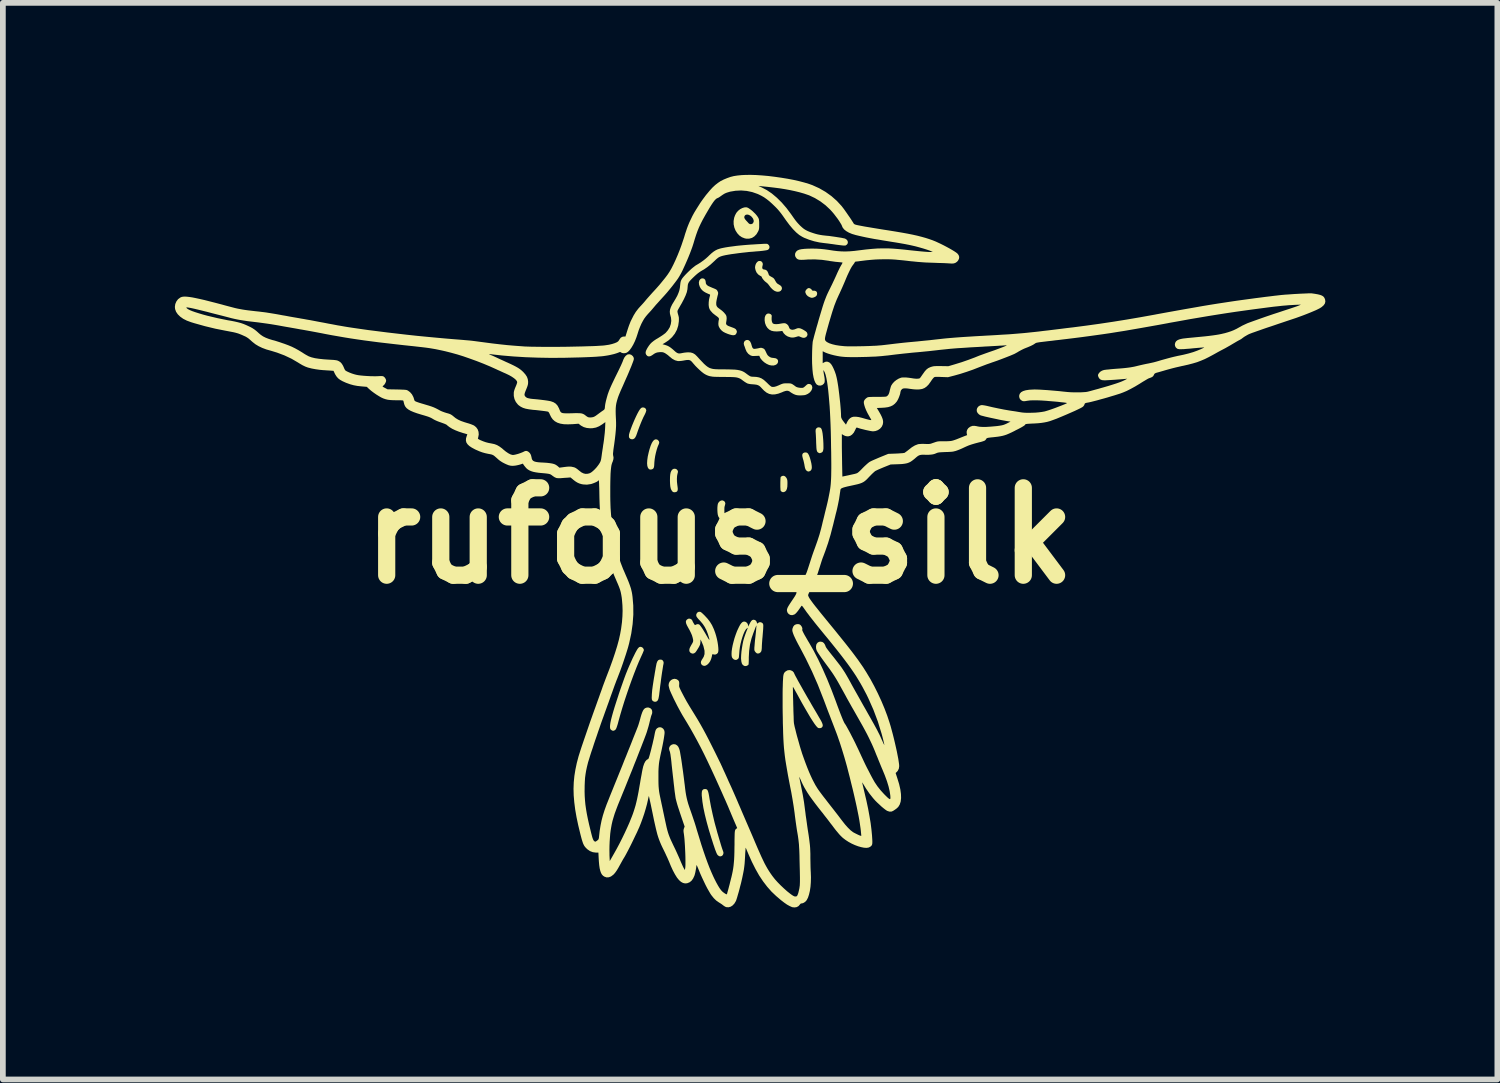
<source format=kicad_pcb>
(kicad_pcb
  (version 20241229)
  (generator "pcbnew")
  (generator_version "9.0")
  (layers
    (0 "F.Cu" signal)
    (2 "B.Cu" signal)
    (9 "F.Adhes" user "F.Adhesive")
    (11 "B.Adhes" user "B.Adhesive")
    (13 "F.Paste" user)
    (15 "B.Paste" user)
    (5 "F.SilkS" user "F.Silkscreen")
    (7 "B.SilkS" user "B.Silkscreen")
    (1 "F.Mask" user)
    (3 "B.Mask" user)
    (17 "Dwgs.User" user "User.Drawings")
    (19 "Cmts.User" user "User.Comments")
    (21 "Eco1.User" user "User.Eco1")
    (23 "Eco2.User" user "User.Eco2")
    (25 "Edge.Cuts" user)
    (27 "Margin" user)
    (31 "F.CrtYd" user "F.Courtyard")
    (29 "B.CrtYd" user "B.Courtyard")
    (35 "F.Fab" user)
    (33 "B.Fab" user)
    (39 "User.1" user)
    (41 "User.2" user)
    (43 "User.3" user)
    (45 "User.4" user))
  (footprint "rufous_silk"
    (layer "F.Cu")
    (at 9.5 6.293)
    (property "Reference" "rufous_silk" (at 0 0 0) (layer "F.SilkS") (effects (font (size 1.524 1.524) (thickness 0.3))))
    (attr board_only exclude_from_pos_files exclude_from_bom)
    (fp_poly (pts (xy 1.529 -1.445) (xy 1.544 -1.43) (xy 1.56 -1.401) (xy 1.576 -1.358) (xy 1.587 -1.319) (xy 1.601 -1.262) (xy 1.608 -1.215) (xy 1.609 -1.179) (xy 1.602 -1.153) (xy 1.589 -1.135) (xy 1.573 -1.125) (xy 1.552 -1.119) (xy 1.536 -1.122) (xy 1.52 -1.132) (xy 1.507 -1.145) (xy 1.498 -1.161) (xy 1.49 -1.184) (xy 1.483 -1.217) (xy 1.48 -1.237) (xy 1.473 -1.271) (xy 1.464 -1.31) (xy 1.454 -1.342) (xy 1.445 -1.379) (xy 1.442 -1.406) (xy 1.447 -1.426) (xy 1.459 -1.44) (xy 1.461 -1.442) (xy 1.484 -1.451) (xy 1.511 -1.451)) (stroke (width 0) (type solid)) (fill yes) (layer "F.SilkS"))
    (fp_poly (pts (xy 1.568 -4.317) (xy 1.581 -4.312) (xy 1.598 -4.301) (xy 1.608 -4.288) (xy 1.608 -4.287) (xy 1.618 -4.275) (xy 1.628 -4.273) (xy 1.662 -4.272) (xy 1.686 -4.262) (xy 1.699 -4.243) (xy 1.702 -4.22) (xy 1.696 -4.193) (xy 1.677 -4.172) (xy 1.648 -4.157) (xy 1.642 -4.155) (xy 1.622 -4.15) (xy 1.607 -4.149) (xy 1.592 -4.152) (xy 1.575 -4.158) (xy 1.541 -4.176) (xy 1.515 -4.202) (xy 1.5 -4.232) (xy 1.495 -4.252) (xy 1.499 -4.268) (xy 1.505 -4.281) (xy 1.52 -4.299) (xy 1.537 -4.313) (xy 1.538 -4.313) (xy 1.554 -4.319)) (stroke (width 0) (type solid)) (fill yes) (layer "F.SilkS"))
    (fp_poly (pts (xy 1.143 -1.035) (xy 1.163 -1.012) (xy 1.168 -1.005) (xy 1.175 -0.99) (xy 1.18 -0.975) (xy 1.183 -0.956) (xy 1.184 -0.929) (xy 1.184 -0.903) (xy 1.182 -0.853) (xy 1.174 -0.815) (xy 1.162 -0.788) (xy 1.144 -0.77) (xy 1.136 -0.766) (xy 1.116 -0.759) (xy 1.099 -0.76) (xy 1.086 -0.766) (xy 1.072 -0.776) (xy 1.066 -0.784) (xy 1.063 -0.797) (xy 1.062 -0.82) (xy 1.06 -0.85) (xy 1.06 -0.885) (xy 1.06 -0.921) (xy 1.061 -0.956) (xy 1.062 -0.987) (xy 1.064 -1.01) (xy 1.066 -1.023) (xy 1.067 -1.024) (xy 1.079 -1.034) (xy 1.093 -1.042) (xy 1.119 -1.045)) (stroke (width 0) (type solid)) (fill yes) (layer "F.SilkS"))
    (fp_poly (pts (xy 0.052 -0.615) (xy 0.079 -0.604) (xy 0.095 -0.585) (xy 0.101 -0.56) (xy 0.094 -0.53) (xy 0.089 -0.514) (xy 0.085 -0.492) (xy 0.084 -0.463) (xy 0.084 -0.423) (xy 0.085 -0.419) (xy 0.085 -0.383) (xy 0.085 -0.358) (xy 0.084 -0.342) (xy 0.08 -0.331) (xy 0.075 -0.323) (xy 0.07 -0.316) (xy 0.048 -0.302) (xy 0.022 -0.299) (xy -0.001 -0.306) (xy -0.01 -0.316) (xy -0.021 -0.334) (xy -0.025 -0.346) (xy -0.032 -0.372) (xy -0.036 -0.407) (xy -0.038 -0.446) (xy -0.038 -0.487) (xy -0.035 -0.524) (xy -0.03 -0.553) (xy -0.026 -0.564) (xy -0.01 -0.589) (xy 0.013 -0.607) (xy 0.038 -0.615)) (stroke (width 0) (type solid)) (fill yes) (layer "F.SilkS"))
    (fp_poly (pts (xy -1.088 -1.676) (xy -1.075 -1.668) (xy -1.057 -1.646) (xy -1.052 -1.621) (xy -1.061 -1.593) (xy -1.062 -1.592) (xy -1.079 -1.552) (xy -1.095 -1.503) (xy -1.11 -1.447) (xy -1.123 -1.388) (xy -1.132 -1.33) (xy -1.137 -1.278) (xy -1.139 -1.24) (xy -1.141 -1.213) (xy -1.145 -1.194) (xy -1.149 -1.182) (xy -1.156 -1.172) (xy -1.16 -1.167) (xy -1.179 -1.157) (xy -1.203 -1.153) (xy -1.226 -1.158) (xy -1.232 -1.162) (xy -1.249 -1.184) (xy -1.26 -1.217) (xy -1.264 -1.262) (xy -1.261 -1.317) (xy -1.252 -1.382) (xy -1.235 -1.457) (xy -1.222 -1.506) (xy -1.202 -1.568) (xy -1.181 -1.617) (xy -1.159 -1.652) (xy -1.136 -1.673) (xy -1.112 -1.681)) (stroke (width 0) (type solid)) (fill yes) (layer "F.SilkS"))
    (fp_poly (pts (xy -0.752 -1.16) (xy -0.734 -1.142) (xy -0.733 -1.139) (xy -0.727 -1.126) (xy -0.726 -1.113) (xy -0.729 -1.096) (xy -0.734 -1.079) (xy -0.741 -1.041) (xy -0.744 -0.993) (xy -0.743 -0.94) (xy -0.737 -0.886) (xy -0.734 -0.865) (xy -0.729 -0.824) (xy -0.73 -0.794) (xy -0.74 -0.773) (xy -0.757 -0.762) (xy -0.783 -0.757) (xy -0.788 -0.757) (xy -0.81 -0.761) (xy -0.826 -0.775) (xy -0.841 -0.798) (xy -0.852 -0.825) (xy -0.859 -0.859) (xy -0.863 -0.902) (xy -0.865 -0.955) (xy -0.865 -0.966) (xy -0.864 -1.023) (xy -0.86 -1.068) (xy -0.853 -1.103) (xy -0.842 -1.129) (xy -0.828 -1.149) (xy -0.825 -1.152) (xy -0.801 -1.166) (xy -0.776 -1.168)) (stroke (width 0) (type solid)) (fill yes) (layer "F.SilkS"))
    (fp_poly (pts (xy 1.757 -1.884) (xy 1.77 -1.874) (xy 1.78 -1.856) (xy 1.789 -1.826) (xy 1.797 -1.784) (xy 1.803 -1.731) (xy 1.808 -1.669) (xy 1.811 -1.611) (xy 1.812 -1.56) (xy 1.812 -1.521) (xy 1.808 -1.493) (xy 1.802 -1.472) (xy 1.792 -1.458) (xy 1.778 -1.449) (xy 1.77 -1.446) (xy 1.753 -1.44) (xy 1.742 -1.439) (xy 1.73 -1.444) (xy 1.722 -1.449) (xy 1.711 -1.456) (xy 1.703 -1.467) (xy 1.697 -1.482) (xy 1.692 -1.504) (xy 1.689 -1.535) (xy 1.687 -1.577) (xy 1.685 -1.615) (xy 1.684 -1.66) (xy 1.682 -1.705) (xy 1.68 -1.746) (xy 1.678 -1.78) (xy 1.677 -1.792) (xy 1.675 -1.822) (xy 1.676 -1.841) (xy 1.678 -1.855) (xy 1.684 -1.865) (xy 1.688 -1.871) (xy 1.708 -1.886) (xy 1.732 -1.89)) (stroke (width 0) (type solid)) (fill yes) (layer "F.SilkS"))
    (fp_poly (pts (xy -1.308 -2.231) (xy -1.288 -2.215) (xy -1.279 -2.192) (xy -1.278 -2.184) (xy -1.282 -2.168) (xy -1.29 -2.144) (xy -1.303 -2.116) (xy -1.309 -2.104) (xy -1.329 -2.065) (xy -1.351 -2.016) (xy -1.374 -1.961) (xy -1.397 -1.903) (xy -1.419 -1.844) (xy -1.438 -1.79) (xy -1.438 -1.789) (xy -1.454 -1.745) (xy -1.47 -1.714) (xy -1.487 -1.694) (xy -1.506 -1.684) (xy -1.523 -1.681) (xy -1.544 -1.684) (xy -1.561 -1.692) (xy -1.576 -1.708) (xy -1.581 -1.732) (xy -1.579 -1.765) (xy -1.567 -1.807) (xy -1.567 -1.808) (xy -1.548 -1.861) (xy -1.527 -1.917) (xy -1.504 -1.973) (xy -1.48 -2.029) (xy -1.456 -2.081) (xy -1.433 -2.128) (xy -1.412 -2.167) (xy -1.394 -2.196) (xy -1.383 -2.211) (xy -1.366 -2.228) (xy -1.351 -2.235) (xy -1.334 -2.237)) (stroke (width 0) (type solid)) (fill yes) (layer "F.SilkS"))
    (fp_poly (pts (xy -0.239 4.42) (xy -0.226 4.424) (xy -0.215 4.432) (xy -0.206 4.447) (xy -0.198 4.469) (xy -0.19 4.501) (xy -0.182 4.544) (xy -0.174 4.593) (xy -0.149 4.728) (xy -0.12 4.862) (xy -0.087 5.002) (xy -0.07 5.065) (xy -0.055 5.118) (xy -0.04 5.175) (xy -0.023 5.232) (xy -0.007 5.287) (xy 0.009 5.34) (xy 0.023 5.388) (xy 0.036 5.43) (xy 0.047 5.463) (xy 0.055 5.486) (xy 0.059 5.496) (xy 0.068 5.524) (xy 0.066 5.55) (xy 0.056 5.571) (xy 0.04 5.586) (xy 0.019 5.593) (xy -0.004 5.591) (xy -0.026 5.577) (xy -0.03 5.573) (xy -0.038 5.564) (xy -0.046 5.55) (xy -0.055 5.531) (xy -0.065 5.505) (xy -0.078 5.472) (xy -0.092 5.43) (xy -0.11 5.377) (xy -0.13 5.313) (xy -0.139 5.286) (xy -0.186 5.133) (xy -0.225 4.992) (xy -0.257 4.863) (xy -0.282 4.745) (xy -0.299 4.639) (xy -0.309 4.544) (xy -0.31 4.542) (xy -0.311 4.496) (xy -0.308 4.462) (xy -0.299 4.439) (xy -0.284 4.425) (xy -0.262 4.419) (xy -0.255 4.419)) (stroke (width 0) (type solid)) (fill yes) (layer "F.SilkS"))
    (fp_poly (pts (xy -1.013 2.163) (xy -0.996 2.171) (xy -0.984 2.187) (xy -0.982 2.19) (xy -0.976 2.207) (xy -0.976 2.224) (xy -0.979 2.243) (xy -0.984 2.265) (xy -0.989 2.299) (xy -0.996 2.342) (xy -1.004 2.392) (xy -1.012 2.447) (xy -1.02 2.505) (xy -1.027 2.563) (xy -1.035 2.619) (xy -1.041 2.67) (xy -1.042 2.682) (xy -1.049 2.737) (xy -1.054 2.781) (xy -1.06 2.814) (xy -1.065 2.839) (xy -1.071 2.857) (xy -1.077 2.87) (xy -1.085 2.88) (xy -1.086 2.881) (xy -1.106 2.895) (xy -1.131 2.897) (xy -1.155 2.889) (xy -1.167 2.88) (xy -1.175 2.87) (xy -1.18 2.859) (xy -1.182 2.844) (xy -1.183 2.82) (xy -1.182 2.801) (xy -1.181 2.769) (xy -1.178 2.728) (xy -1.174 2.685) (xy -1.17 2.657) (xy -1.166 2.626) (xy -1.16 2.586) (xy -1.153 2.54) (xy -1.145 2.489) (xy -1.136 2.438) (xy -1.128 2.387) (xy -1.119 2.338) (xy -1.112 2.295) (xy -1.105 2.26) (xy -1.1 2.234) (xy -1.097 2.222) (xy -1.084 2.19) (xy -1.066 2.169) (xy -1.042 2.161) (xy -1.039 2.161)) (stroke (width 0) (type solid)) (fill yes) (layer "F.SilkS"))
    (fp_poly (pts (xy -1.367 1.941) (xy -1.352 1.946) (xy -1.335 1.96) (xy -1.323 1.981) (xy -1.32 1.997) (xy -1.323 2.006) (xy -1.331 2.026) (xy -1.342 2.053) (xy -1.357 2.086) (xy -1.368 2.11) (xy -1.407 2.197) (xy -1.448 2.296) (xy -1.49 2.404) (xy -1.533 2.519) (xy -1.576 2.639) (xy -1.618 2.762) (xy -1.659 2.885) (xy -1.697 3.007) (xy -1.732 3.125) (xy -1.762 3.233) (xy -1.775 3.283) (xy -1.787 3.321) (xy -1.797 3.35) (xy -1.806 3.37) (xy -1.815 3.383) (xy -1.825 3.392) (xy -1.836 3.397) (xy -1.837 3.397) (xy -1.851 3.402) (xy -1.858 3.404) (xy -1.858 3.404) (xy -1.864 3.401) (xy -1.876 3.397) (xy -1.893 3.386) (xy -1.903 3.375) (xy -1.909 3.358) (xy -1.911 3.334) (xy -1.909 3.301) (xy -1.903 3.259) (xy -1.892 3.208) (xy -1.876 3.146) (xy -1.856 3.074) (xy -1.831 2.991) (xy -1.801 2.897) (xy -1.766 2.79) (xy -1.762 2.776) (xy -1.726 2.67) (xy -1.693 2.576) (xy -1.663 2.491) (xy -1.634 2.413) (xy -1.605 2.341) (xy -1.576 2.272) (xy -1.546 2.205) (xy -1.515 2.136) (xy -1.494 2.094) (xy -1.469 2.043) (xy -1.447 2.003) (xy -1.429 1.973) (xy -1.413 1.954) (xy -1.398 1.942) (xy -1.383 1.938)) (stroke (width 0) (type solid)) (fill yes) (layer "F.SilkS"))
    (fp_poly (pts (xy 0.733 -4.781) (xy 0.748 -4.762) (xy 0.755 -4.738) (xy 0.751 -4.714) (xy 0.744 -4.683) (xy 0.747 -4.66) (xy 0.761 -4.646) (xy 0.785 -4.641) (xy 0.787 -4.641) (xy 0.811 -4.634) (xy 0.832 -4.615) (xy 0.847 -4.585) (xy 0.851 -4.575) (xy 0.857 -4.555) (xy 0.865 -4.541) (xy 0.877 -4.53) (xy 0.897 -4.519) (xy 0.905 -4.514) (xy 0.932 -4.499) (xy 0.949 -4.484) (xy 0.962 -4.465) (xy 0.963 -4.462) (xy 0.98 -4.432) (xy 0.994 -4.411) (xy 1.009 -4.396) (xy 1.028 -4.384) (xy 1.036 -4.38) (xy 1.066 -4.36) (xy 1.084 -4.337) (xy 1.088 -4.311) (xy 1.084 -4.294) (xy 1.067 -4.27) (xy 1.042 -4.257) (xy 1.011 -4.254) (xy 0.985 -4.259) (xy 0.952 -4.274) (xy 0.918 -4.301) (xy 0.887 -4.334) (xy 0.872 -4.355) (xy 0.843 -4.393) (xy 0.813 -4.419) (xy 0.81 -4.421) (xy 0.791 -4.436) (xy 0.772 -4.456) (xy 0.754 -4.478) (xy 0.741 -4.498) (xy 0.736 -4.513) (xy 0.731 -4.52) (xy 0.716 -4.53) (xy 0.708 -4.533) (xy 0.673 -4.557) (xy 0.645 -4.591) (xy 0.629 -4.628) (xy 0.622 -4.656) (xy 0.619 -4.676) (xy 0.621 -4.697) (xy 0.626 -4.721) (xy 0.639 -4.751) (xy 0.658 -4.775) (xy 0.681 -4.79) (xy 0.686 -4.791) (xy 0.711 -4.791)) (stroke (width 0) (type solid)) (fill yes) (layer "F.SilkS"))
    (fp_poly (pts (xy 0.51 -3.408) (xy 0.532 -3.388) (xy 0.548 -3.357) (xy 0.553 -3.342) (xy 0.563 -3.307) (xy 0.572 -3.282) (xy 0.582 -3.268) (xy 0.592 -3.261) (xy 0.606 -3.258) (xy 0.607 -3.258) (xy 0.627 -3.26) (xy 0.653 -3.264) (xy 0.678 -3.269) (xy 0.704 -3.275) (xy 0.722 -3.277) (xy 0.737 -3.275) (xy 0.754 -3.269) (xy 0.755 -3.269) (xy 0.775 -3.259) (xy 0.788 -3.245) (xy 0.799 -3.225) (xy 0.815 -3.191) (xy 0.827 -3.166) (xy 0.838 -3.149) (xy 0.85 -3.136) (xy 0.864 -3.125) (xy 0.867 -3.123) (xy 0.889 -3.11) (xy 0.912 -3.103) (xy 0.941 -3.1) (xy 0.978 -3.094) (xy 1.004 -3.081) (xy 1.018 -3.06) (xy 1.021 -3.038) (xy 1.015 -3.012) (xy 0.998 -2.991) (xy 0.972 -2.976) (xy 0.94 -2.968) (xy 0.903 -2.969) (xy 0.864 -2.977) (xy 0.862 -2.978) (xy 0.819 -2.998) (xy 0.778 -3.025) (xy 0.743 -3.057) (xy 0.715 -3.091) (xy 0.705 -3.11) (xy 0.693 -3.138) (xy 0.629 -3.135) (xy 0.597 -3.134) (xy 0.575 -3.134) (xy 0.558 -3.138) (xy 0.542 -3.144) (xy 0.537 -3.146) (xy 0.501 -3.172) (xy 0.472 -3.209) (xy 0.452 -3.255) (xy 0.452 -3.255) (xy 0.443 -3.282) (xy 0.434 -3.307) (xy 0.428 -3.321) (xy 0.422 -3.35) (xy 0.427 -3.377) (xy 0.441 -3.398) (xy 0.464 -3.411) (xy 0.483 -3.414)) (stroke (width 0) (type solid)) (fill yes) (layer "F.SilkS"))
    (fp_poly (pts (xy 0.48 -5.725) (xy 0.504 -5.714) (xy 0.533 -5.694) (xy 0.566 -5.669) (xy 0.598 -5.639) (xy 0.629 -5.608) (xy 0.654 -5.578) (xy 0.672 -5.551) (xy 0.674 -5.547) (xy 0.682 -5.531) (xy 0.687 -5.515) (xy 0.689 -5.496) (xy 0.691 -5.471) (xy 0.691 -5.436) (xy 0.691 -5.429) (xy 0.691 -5.393) (xy 0.69 -5.366) (xy 0.687 -5.346) (xy 0.683 -5.33) (xy 0.675 -5.312) (xy 0.673 -5.307) (xy 0.644 -5.258) (xy 0.607 -5.22) (xy 0.566 -5.194) (xy 0.519 -5.181) (xy 0.468 -5.18) (xy 0.439 -5.186) (xy 0.39 -5.205) (xy 0.346 -5.235) (xy 0.309 -5.275) (xy 0.279 -5.322) (xy 0.258 -5.374) (xy 0.246 -5.43) (xy 0.245 -5.488) (xy 0.255 -5.545) (xy 0.256 -5.549) (xy 0.262 -5.565) (xy 0.432 -5.565) (xy 0.432 -5.543) (xy 0.445 -5.519) (xy 0.464 -5.496) (xy 0.483 -5.476) (xy 0.499 -5.458) (xy 0.509 -5.447) (xy 0.528 -5.435) (xy 0.55 -5.433) (xy 0.572 -5.441) (xy 0.583 -5.451) (xy 0.595 -5.475) (xy 0.595 -5.501) (xy 0.583 -5.532) (xy 0.582 -5.533) (xy 0.561 -5.561) (xy 0.536 -5.582) (xy 0.509 -5.596) (xy 0.482 -5.601) (xy 0.459 -5.597) (xy 0.443 -5.586) (xy 0.432 -5.565) (xy 0.262 -5.565) (xy 0.267 -5.58) (xy 0.282 -5.611) (xy 0.294 -5.632) (xy 0.323 -5.666) (xy 0.358 -5.694) (xy 0.396 -5.714) (xy 0.434 -5.726) (xy 0.47 -5.727)) (stroke (width 0) (type solid)) (fill yes) (layer "F.SilkS"))
    (fp_poly (pts (xy 0.887 -3.866) (xy 0.893 -3.862) (xy 0.903 -3.852) (xy 0.909 -3.842) (xy 0.91 -3.827) (xy 0.908 -3.806) (xy 0.908 -3.764) (xy 0.914 -3.73) (xy 0.926 -3.706) (xy 0.931 -3.701) (xy 0.952 -3.692) (xy 0.985 -3.689) (xy 1.029 -3.692) (xy 1.074 -3.7) (xy 1.107 -3.705) (xy 1.131 -3.706) (xy 1.149 -3.703) (xy 1.151 -3.703) (xy 1.177 -3.688) (xy 1.199 -3.664) (xy 1.212 -3.636) (xy 1.212 -3.633) (xy 1.224 -3.61) (xy 1.244 -3.596) (xy 1.271 -3.591) (xy 1.302 -3.596) (xy 1.326 -3.605) (xy 1.356 -3.617) (xy 1.385 -3.62) (xy 1.416 -3.613) (xy 1.452 -3.596) (xy 1.466 -3.588) (xy 1.498 -3.568) (xy 1.519 -3.55) (xy 1.528 -3.536) (xy 1.534 -3.508) (xy 1.527 -3.484) (xy 1.511 -3.465) (xy 1.487 -3.453) (xy 1.458 -3.451) (xy 1.449 -3.453) (xy 1.428 -3.46) (xy 1.405 -3.469) (xy 1.405 -3.47) (xy 1.389 -3.476) (xy 1.376 -3.478) (xy 1.358 -3.474) (xy 1.349 -3.471) (xy 1.314 -3.461) (xy 1.286 -3.456) (xy 1.261 -3.456) (xy 1.235 -3.459) (xy 1.234 -3.46) (xy 1.19 -3.474) (xy 1.151 -3.498) (xy 1.12 -3.529) (xy 1.113 -3.54) (xy 1.094 -3.571) (xy 1.056 -3.566) (xy 0.998 -3.562) (xy 0.946 -3.565) (xy 0.905 -3.574) (xy 0.867 -3.594) (xy 0.835 -3.624) (xy 0.81 -3.663) (xy 0.793 -3.709) (xy 0.786 -3.758) (xy 0.788 -3.804) (xy 0.798 -3.836) (xy 0.815 -3.86) (xy 0.837 -3.873) (xy 0.862 -3.875)) (stroke (width 0) (type solid)) (fill yes) (layer "F.SilkS"))
    (fp_poly (pts (xy -0.268 -4.48) (xy -0.251 -4.463) (xy -0.243 -4.437) (xy -0.242 -4.426) (xy -0.238 -4.398) (xy -0.226 -4.378) (xy -0.218 -4.37) (xy -0.209 -4.363) (xy -0.198 -4.355) (xy -0.18 -4.347) (xy -0.155 -4.336) (xy -0.12 -4.321) (xy -0.102 -4.314) (xy -0.074 -4.302) (xy -0.057 -4.293) (xy -0.046 -4.283) (xy -0.038 -4.27) (xy -0.034 -4.262) (xy -0.028 -4.249) (xy -0.025 -4.237) (xy -0.025 -4.225) (xy -0.028 -4.207) (xy -0.035 -4.182) (xy -0.039 -4.164) (xy -0.047 -4.129) (xy -0.054 -4.094) (xy -0.058 -4.064) (xy -0.058 -4.053) (xy -0.057 -4.026) (xy -0.051 -4.006) (xy -0.039 -3.987) (xy -0.018 -3.969) (xy 0.007 -3.951) (xy 0.044 -3.923) (xy 0.077 -3.892) (xy 0.102 -3.862) (xy 0.113 -3.846) (xy 0.121 -3.823) (xy 0.124 -3.793) (xy 0.121 -3.756) (xy 0.114 -3.712) (xy 0.114 -3.692) (xy 0.126 -3.675) (xy 0.148 -3.66) (xy 0.171 -3.651) (xy 0.211 -3.636) (xy 0.241 -3.625) (xy 0.261 -3.616) (xy 0.274 -3.608) (xy 0.283 -3.601) (xy 0.289 -3.593) (xy 0.294 -3.584) (xy 0.301 -3.566) (xy 0.302 -3.552) (xy 0.296 -3.535) (xy 0.296 -3.534) (xy 0.284 -3.513) (xy 0.268 -3.501) (xy 0.246 -3.496) (xy 0.217 -3.498) (xy 0.178 -3.508) (xy 0.147 -3.518) (xy 0.098 -3.538) (xy 0.061 -3.558) (xy 0.032 -3.582) (xy 0.009 -3.609) (xy 0.002 -3.62) (xy -0.012 -3.646) (xy -0.019 -3.669) (xy -0.021 -3.695) (xy -0.021 -3.696) (xy -0.019 -3.723) (xy -0.016 -3.75) (xy -0.013 -3.761) (xy -0.01 -3.777) (xy -0.012 -3.791) (xy -0.021 -3.804) (xy -0.038 -3.819) (xy -0.065 -3.839) (xy -0.07 -3.842) (xy -0.119 -3.881) (xy -0.156 -3.922) (xy -0.175 -3.953) (xy -0.185 -3.984) (xy -0.19 -4.025) (xy -0.189 -4.07) (xy -0.184 -4.117) (xy -0.175 -4.157) (xy -0.168 -4.182) (xy -0.165 -4.196) (xy -0.166 -4.204) (xy -0.171 -4.208) (xy -0.173 -4.208) (xy -0.208 -4.223) (xy -0.244 -4.24) (xy -0.274 -4.258) (xy -0.294 -4.273) (xy -0.323 -4.304) (xy -0.344 -4.34) (xy -0.357 -4.378) (xy -0.361 -4.415) (xy -0.354 -4.447) (xy -0.352 -4.452) (xy -0.334 -4.475) (xy -0.312 -4.487) (xy -0.289 -4.488)) (stroke (width 0) (type solid)) (fill yes) (layer "F.SilkS"))
    (fp_poly (pts (xy -0.338 1.328) (xy -0.327 1.333) (xy -0.314 1.342) (xy -0.296 1.358) (xy -0.271 1.382) (xy -0.258 1.395) (xy -0.208 1.449) (xy -0.167 1.503) (xy -0.132 1.56) (xy -0.101 1.627) (xy -0.094 1.645) (xy -0.076 1.694) (xy -0.06 1.746) (xy -0.046 1.801) (xy -0.035 1.855) (xy -0.027 1.906) (xy -0.022 1.953) (xy -0.02 1.993) (xy -0.023 2.024) (xy -0.03 2.044) (xy -0.03 2.045) (xy -0.05 2.064) (xy -0.076 2.074) (xy -0.103 2.072) (xy -0.104 2.071) (xy -0.117 2.067) (xy -0.125 2.069) (xy -0.129 2.077) (xy -0.133 2.096) (xy -0.135 2.108) (xy -0.147 2.151) (xy -0.164 2.19) (xy -0.186 2.222) (xy -0.212 2.248) (xy -0.239 2.265) (xy -0.266 2.271) (xy -0.292 2.265) (xy -0.295 2.263) (xy -0.317 2.244) (xy -0.326 2.22) (xy -0.323 2.192) (xy -0.308 2.162) (xy -0.302 2.154) (xy -0.276 2.111) (xy -0.262 2.065) (xy -0.262 2.014) (xy -0.263 2.002) (xy -0.282 1.923) (xy -0.313 1.848) (xy -0.315 1.844) (xy -0.333 1.81) (xy -0.333 1.846) (xy -0.335 1.871) (xy -0.339 1.894) (xy -0.341 1.901) (xy -0.35 1.922) (xy -0.365 1.95) (xy -0.383 1.979) (xy -0.401 2.008) (xy -0.417 2.03) (xy -0.423 2.037) (xy -0.446 2.053) (xy -0.472 2.057) (xy -0.498 2.048) (xy -0.51 2.039) (xy -0.525 2.018) (xy -0.528 1.993) (xy -0.521 1.961) (xy -0.502 1.923) (xy -0.491 1.904) (xy -0.474 1.875) (xy -0.463 1.852) (xy -0.46 1.832) (xy -0.462 1.809) (xy -0.469 1.78) (xy -0.469 1.779) (xy -0.481 1.738) (xy -0.499 1.696) (xy -0.522 1.649) (xy -0.549 1.601) (xy -0.571 1.56) (xy -0.584 1.527) (xy -0.588 1.5) (xy -0.582 1.479) (xy -0.568 1.462) (xy -0.543 1.448) (xy -0.517 1.447) (xy -0.493 1.458) (xy -0.489 1.462) (xy -0.478 1.476) (xy -0.472 1.486) (xy -0.472 1.486) (xy -0.469 1.496) (xy -0.46 1.513) (xy -0.451 1.528) (xy -0.439 1.548) (xy -0.431 1.557) (xy -0.424 1.558) (xy -0.415 1.553) (xy -0.415 1.553) (xy -0.39 1.543) (xy -0.364 1.545) (xy -0.355 1.549) (xy -0.344 1.559) (xy -0.327 1.581) (xy -0.305 1.612) (xy -0.28 1.652) (xy -0.251 1.7) (xy -0.224 1.747) (xy -0.204 1.782) (xy -0.189 1.805) (xy -0.18 1.816) (xy -0.177 1.814) (xy -0.178 1.8) (xy -0.186 1.773) (xy -0.198 1.734) (xy -0.202 1.72) (xy -0.228 1.652) (xy -0.257 1.594) (xy -0.291 1.542) (xy -0.333 1.492) (xy -0.341 1.483) (xy -0.371 1.452) (xy -0.391 1.427) (xy -0.403 1.408) (xy -0.407 1.391) (xy -0.406 1.375) (xy -0.403 1.365) (xy -0.389 1.342) (xy -0.367 1.329) (xy -0.349 1.327)) (stroke (width 0) (type solid)) (fill yes) (layer "F.SilkS"))
    (fp_poly (pts (xy 0.621 1.472) (xy 0.64 1.49) (xy 0.651 1.515) (xy 0.655 1.535) (xy 0.672 1.521) (xy 0.697 1.509) (xy 0.723 1.51) (xy 0.747 1.524) (xy 0.748 1.525) (xy 0.753 1.531) (xy 0.757 1.537) (xy 0.76 1.545) (xy 0.762 1.556) (xy 0.763 1.572) (xy 0.762 1.594) (xy 0.761 1.624) (xy 0.758 1.662) (xy 0.754 1.711) (xy 0.749 1.772) (xy 0.746 1.799) (xy 0.743 1.841) (xy 0.74 1.882) (xy 0.738 1.917) (xy 0.737 1.943) (xy 0.737 1.953) (xy 0.735 1.979) (xy 0.731 2.004) (xy 0.729 2.014) (xy 0.715 2.035) (xy 0.693 2.051) (xy 0.668 2.056) (xy 0.649 2.051) (xy 0.63 2.035) (xy 0.615 2.015) (xy 0.607 1.996) (xy 0.607 1.982) (xy 0.607 1.956) (xy 0.61 1.922) (xy 0.613 1.882) (xy 0.617 1.838) (xy 0.617 1.835) (xy 0.626 1.757) (xy 0.633 1.692) (xy 0.638 1.64) (xy 0.641 1.602) (xy 0.643 1.577) (xy 0.643 1.566) (xy 0.643 1.565) (xy 0.64 1.57) (xy 0.633 1.586) (xy 0.623 1.61) (xy 0.612 1.64) (xy 0.599 1.674) (xy 0.586 1.708) (xy 0.575 1.741) (xy 0.564 1.771) (xy 0.557 1.794) (xy 0.556 1.796) (xy 0.531 1.897) (xy 0.516 2.009) (xy 0.51 2.119) (xy 0.51 2.165) (xy 0.509 2.198) (xy 0.508 2.222) (xy 0.507 2.238) (xy 0.505 2.247) (xy 0.502 2.253) (xy 0.498 2.256) (xy 0.493 2.26) (xy 0.492 2.261) (xy 0.466 2.273) (xy 0.443 2.274) (xy 0.427 2.269) (xy 0.405 2.254) (xy 0.389 2.229) (xy 0.38 2.194) (xy 0.375 2.147) (xy 0.375 2.129) (xy 0.377 2.079) (xy 0.382 2.02) (xy 0.391 1.958) (xy 0.401 1.897) (xy 0.412 1.842) (xy 0.42 1.811) (xy 0.432 1.772) (xy 0.448 1.725) (xy 0.466 1.676) (xy 0.484 1.631) (xy 0.49 1.615) (xy 0.493 1.608) (xy 0.489 1.608) (xy 0.477 1.617) (xy 0.474 1.619) (xy 0.455 1.64) (xy 0.436 1.673) (xy 0.417 1.716) (xy 0.399 1.767) (xy 0.382 1.823) (xy 0.367 1.882) (xy 0.355 1.943) (xy 0.347 2.003) (xy 0.343 2.055) (xy 0.34 2.089) (xy 0.338 2.113) (xy 0.335 2.129) (xy 0.33 2.14) (xy 0.323 2.148) (xy 0.321 2.15) (xy 0.298 2.165) (xy 0.273 2.167) (xy 0.248 2.158) (xy 0.227 2.138) (xy 0.218 2.124) (xy 0.211 2.099) (xy 0.209 2.063) (xy 0.211 2.018) (xy 0.218 1.966) (xy 0.229 1.909) (xy 0.244 1.849) (xy 0.261 1.787) (xy 0.282 1.725) (xy 0.304 1.666) (xy 0.313 1.646) (xy 0.338 1.593) (xy 0.36 1.552) (xy 0.381 1.524) (xy 0.401 1.506) (xy 0.422 1.498) (xy 0.444 1.5) (xy 0.455 1.504) (xy 0.478 1.52) (xy 0.493 1.544) (xy 0.498 1.572) (xy 0.496 1.582) (xy 0.497 1.585) (xy 0.503 1.577) (xy 0.512 1.56) (xy 0.518 1.549) (xy 0.536 1.514) (xy 0.552 1.489) (xy 0.567 1.474) (xy 0.583 1.467) (xy 0.595 1.466)) (stroke (width 0) (type solid)) (fill yes) (layer "F.SilkS"))
    (fp_poly (pts (xy 0.821 -5.091) (xy 0.832 -5.089) (xy 0.84 -5.085) (xy 0.844 -5.083) (xy 0.863 -5.063) (xy 0.871 -5.04) (xy 0.869 -5.016) (xy 0.855 -4.995) (xy 0.841 -4.985) (xy 0.825 -4.98) (xy 0.797 -4.975) (xy 0.755 -4.969) (xy 0.701 -4.963) (xy 0.634 -4.958) (xy 0.581 -4.953) (xy 0.523 -4.949) (xy 0.461 -4.942) (xy 0.395 -4.935) (xy 0.329 -4.927) (xy 0.265 -4.918) (xy 0.204 -4.91) (xy 0.15 -4.901) (xy 0.105 -4.893) (xy 0.07 -4.885) (xy 0.064 -4.884) (xy 0.033 -4.875) (xy 0.008 -4.866) (xy -0.014 -4.855) (xy -0.035 -4.84) (xy -0.06 -4.819) (xy -0.09 -4.79) (xy -0.101 -4.78) (xy -0.159 -4.727) (xy -0.215 -4.683) (xy -0.27 -4.645) (xy -0.302 -4.627) (xy -0.332 -4.609) (xy -0.361 -4.589) (xy -0.391 -4.566) (xy -0.425 -4.536) (xy -0.465 -4.498) (xy -0.468 -4.495) (xy -0.502 -4.461) (xy -0.526 -4.434) (xy -0.542 -4.409) (xy -0.551 -4.386) (xy -0.555 -4.361) (xy -0.556 -4.346) (xy -0.56 -4.299) (xy -0.571 -4.247) (xy -0.592 -4.19) (xy -0.621 -4.127) (xy -0.659 -4.055) (xy -0.681 -4.018) (xy -0.699 -3.986) (xy -0.715 -3.958) (xy -0.727 -3.936) (xy -0.733 -3.922) (xy -0.734 -3.92) (xy -0.734 -3.906) (xy -0.73 -3.883) (xy -0.723 -3.857) (xy -0.722 -3.855) (xy -0.715 -3.829) (xy -0.71 -3.805) (xy -0.709 -3.779) (xy -0.71 -3.745) (xy -0.71 -3.739) (xy -0.721 -3.663) (xy -0.744 -3.591) (xy -0.78 -3.524) (xy -0.828 -3.463) (xy -0.888 -3.408) (xy -0.944 -3.37) (xy -0.995 -3.339) (xy -0.954 -3.328) (xy -0.917 -3.316) (xy -0.884 -3.3) (xy -0.852 -3.279) (xy -0.817 -3.251) (xy -0.798 -3.234) (xy -0.768 -3.207) (xy -0.744 -3.19) (xy -0.722 -3.18) (xy -0.7 -3.178) (xy -0.673 -3.181) (xy -0.65 -3.186) (xy -0.616 -3.192) (xy -0.578 -3.196) (xy -0.549 -3.198) (xy -0.502 -3.195) (xy -0.463 -3.183) (xy -0.427 -3.161) (xy -0.394 -3.129) (xy -0.345 -3.075) (xy -0.303 -3.031) (xy -0.268 -2.994) (xy -0.236 -2.966) (xy -0.207 -2.944) (xy -0.178 -2.927) (xy -0.147 -2.916) (xy -0.114 -2.908) (xy -0.075 -2.904) (xy -0.029 -2.902) (xy 0.026 -2.901) (xy 0.087 -2.901) (xy 0.16 -2.9) (xy 0.221 -2.898) (xy 0.272 -2.896) (xy 0.314 -2.891) (xy 0.35 -2.884) (xy 0.381 -2.875) (xy 0.408 -2.864) (xy 0.435 -2.849) (xy 0.462 -2.83) (xy 0.479 -2.817) (xy 0.507 -2.797) (xy 0.528 -2.784) (xy 0.546 -2.776) (xy 0.565 -2.773) (xy 0.589 -2.772) (xy 0.589 -2.772) (xy 0.644 -2.769) (xy 0.69 -2.76) (xy 0.732 -2.743) (xy 0.772 -2.717) (xy 0.813 -2.68) (xy 0.827 -2.667) (xy 0.852 -2.642) (xy 0.875 -2.621) (xy 0.894 -2.606) (xy 0.906 -2.598) (xy 0.928 -2.594) (xy 0.955 -2.596) (xy 0.989 -2.605) (xy 1.031 -2.622) (xy 1.046 -2.629) (xy 1.075 -2.642) (xy 1.098 -2.65) (xy 1.118 -2.655) (xy 1.142 -2.657) (xy 1.174 -2.657) (xy 1.178 -2.657) (xy 1.207 -2.657) (xy 1.23 -2.656) (xy 1.248 -2.652) (xy 1.267 -2.644) (xy 1.287 -2.631) (xy 1.314 -2.612) (xy 1.332 -2.598) (xy 1.353 -2.589) (xy 1.382 -2.582) (xy 1.413 -2.578) (xy 1.443 -2.578) (xy 1.455 -2.58) (xy 1.469 -2.587) (xy 1.488 -2.602) (xy 1.503 -2.616) (xy 1.523 -2.634) (xy 1.539 -2.644) (xy 1.555 -2.647) (xy 1.557 -2.647) (xy 1.584 -2.642) (xy 1.604 -2.626) (xy 1.611 -2.614) (xy 1.618 -2.587) (xy 1.613 -2.557) (xy 1.598 -2.527) (xy 1.574 -2.498) (xy 1.541 -2.474) (xy 1.532 -2.47) (xy 1.511 -2.46) (xy 1.491 -2.453) (xy 1.469 -2.45) (xy 1.441 -2.448) (xy 1.425 -2.447) (xy 1.384 -2.447) (xy 1.352 -2.45) (xy 1.324 -2.457) (xy 1.318 -2.459) (xy 1.29 -2.471) (xy 1.26 -2.488) (xy 1.241 -2.5) (xy 1.218 -2.517) (xy 1.196 -2.526) (xy 1.174 -2.528) (xy 1.147 -2.523) (xy 1.113 -2.512) (xy 1.089 -2.501) (xy 1.024 -2.477) (xy 0.965 -2.464) (xy 0.913 -2.463) (xy 0.865 -2.473) (xy 0.82 -2.495) (xy 0.777 -2.529) (xy 0.746 -2.561) (xy 0.719 -2.59) (xy 0.697 -2.61) (xy 0.675 -2.623) (xy 0.649 -2.632) (xy 0.616 -2.637) (xy 0.582 -2.64) (xy 0.542 -2.643) (xy 0.512 -2.648) (xy 0.486 -2.655) (xy 0.462 -2.668) (xy 0.434 -2.686) (xy 0.406 -2.706) (xy 0.384 -2.723) (xy 0.364 -2.736) (xy 0.343 -2.746) (xy 0.321 -2.754) (xy 0.296 -2.76) (xy 0.265 -2.764) (xy 0.227 -2.766) (xy 0.179 -2.768) (xy 0.121 -2.768) (xy 0.076 -2.769) (xy 0.01 -2.769) (xy -0.044 -2.77) (xy -0.088 -2.771) (xy -0.124 -2.774) (xy -0.154 -2.779) (xy -0.179 -2.784) (xy -0.203 -2.792) (xy -0.227 -2.802) (xy -0.252 -2.815) (xy -0.254 -2.816) (xy -0.279 -2.832) (xy -0.311 -2.857) (xy -0.346 -2.888) (xy -0.383 -2.923) (xy -0.419 -2.959) (xy -0.451 -2.995) (xy -0.46 -3.006) (xy -0.483 -3.033) (xy -0.502 -3.051) (xy -0.521 -3.061) (xy -0.544 -3.065) (xy -0.572 -3.064) (xy -0.611 -3.058) (xy -0.619 -3.056) (xy -0.662 -3.049) (xy -0.698 -3.046) (xy -0.725 -3.045) (xy -0.729 -3.046) (xy -0.777 -3.059) (xy -0.826 -3.086) (xy -0.875 -3.126) (xy -0.901 -3.149) (xy -0.929 -3.169) (xy -0.953 -3.185) (xy -0.958 -3.187) (xy -0.981 -3.197) (xy -1.001 -3.201) (xy -1.024 -3.202) (xy -1.045 -3.201) (xy -1.08 -3.197) (xy -1.109 -3.189) (xy -1.138 -3.174) (xy -1.171 -3.151) (xy -1.172 -3.15) (xy -1.203 -3.132) (xy -1.232 -3.126) (xy -1.257 -3.133) (xy -1.277 -3.153) (xy -1.282 -3.162) (xy -1.289 -3.181) (xy -1.289 -3.202) (xy -1.282 -3.227) (xy -1.267 -3.258) (xy -1.255 -3.279) (xy -1.232 -3.314) (xy -1.208 -3.345) (xy -1.181 -3.372) (xy -1.147 -3.399) (xy -1.104 -3.428) (xy -1.068 -3.449) (xy -1.033 -3.471) (xy -0.999 -3.493) (xy -0.97 -3.514) (xy -0.949 -3.53) (xy -0.943 -3.535) (xy -0.901 -3.583) (xy -0.869 -3.635) (xy -0.85 -3.691) (xy -0.842 -3.747) (xy -0.847 -3.803) (xy -0.855 -3.832) (xy -0.865 -3.871) (xy -0.868 -3.908) (xy -0.863 -3.946) (xy -0.849 -3.987) (xy -0.826 -4.034) (xy -0.801 -4.075) (xy -0.765 -4.135) (xy -0.736 -4.188) (xy -0.716 -4.235) (xy -0.701 -4.279) (xy -0.692 -4.323) (xy -0.688 -4.36) (xy -0.684 -4.397) (xy -0.68 -4.424) (xy -0.673 -4.447) (xy -0.663 -4.468) (xy -0.649 -4.49) (xy -0.626 -4.518) (xy -0.597 -4.55) (xy -0.563 -4.585) (xy -0.527 -4.62) (xy -0.492 -4.653) (xy -0.458 -4.681) (xy -0.429 -4.704) (xy -0.414 -4.714) (xy -0.359 -4.747) (xy -0.314 -4.777) (xy -0.275 -4.805) (xy -0.238 -4.835) (xy -0.201 -4.868) (xy -0.183 -4.886) (xy -0.142 -4.924) (xy -0.106 -4.953) (xy -0.072 -4.975) (xy -0.038 -4.992) (xy 0.001 -5.005) (xy 0.026 -5.012) (xy 0.063 -5.02) (xy 0.11 -5.029) (xy 0.167 -5.038) (xy 0.23 -5.046) (xy 0.296 -5.055) (xy 0.364 -5.062) (xy 0.43 -5.068) (xy 0.492 -5.073) (xy 0.518 -5.075) (xy 0.546 -5.077) (xy 0.585 -5.079) (xy 0.629 -5.082) (xy 0.676 -5.085) (xy 0.703 -5.086) (xy 0.748 -5.089) (xy 0.781 -5.091) (xy 0.804 -5.091)) (stroke (width 0) (type solid)) (fill yes) (layer "F.SilkS"))
    (fp_poly (pts (xy 0.64 -6.29) (xy 0.745 -6.283) (xy 0.855 -6.273) (xy 0.966 -6.259) (xy 1.078 -6.243) (xy 1.188 -6.225) (xy 1.293 -6.205) (xy 1.393 -6.182) (xy 1.484 -6.158) (xy 1.566 -6.133) (xy 1.619 -6.114) (xy 1.738 -6.06) (xy 1.849 -5.996) (xy 1.952 -5.922) (xy 2.046 -5.839) (xy 2.129 -5.749) (xy 2.169 -5.697) (xy 2.193 -5.663) (xy 2.219 -5.626) (xy 2.245 -5.588) (xy 2.271 -5.551) (xy 2.294 -5.517) (xy 2.313 -5.487) (xy 2.328 -5.464) (xy 2.336 -5.45) (xy 2.338 -5.446) (xy 2.348 -5.435) (xy 2.369 -5.425) (xy 2.375 -5.424) (xy 2.397 -5.418) (xy 2.431 -5.411) (xy 2.478 -5.402) (xy 2.536 -5.391) (xy 2.603 -5.38) (xy 2.68 -5.367) (xy 2.765 -5.353) (xy 2.857 -5.338) (xy 2.942 -5.325) (xy 3.066 -5.305) (xy 3.178 -5.286) (xy 3.278 -5.268) (xy 3.368 -5.25) (xy 3.449 -5.232) (xy 3.523 -5.213) (xy 3.591 -5.194) (xy 3.654 -5.174) (xy 3.714 -5.153) (xy 3.771 -5.13) (xy 3.827 -5.104) (xy 3.859 -5.089) (xy 3.911 -5.063) (xy 3.962 -5.036) (xy 4.01 -5.01) (xy 4.055 -4.984) (xy 4.093 -4.961) (xy 4.123 -4.941) (xy 4.143 -4.926) (xy 4.146 -4.924) (xy 4.17 -4.893) (xy 4.18 -4.861) (xy 4.176 -4.829) (xy 4.159 -4.797) (xy 4.141 -4.777) (xy 4.115 -4.759) (xy 4.087 -4.749) (xy 4.053 -4.746) (xy 4.02 -4.748) (xy 4.003 -4.749) (xy 3.973 -4.751) (xy 3.934 -4.753) (xy 3.887 -4.755) (xy 3.835 -4.756) (xy 3.78 -4.758) (xy 3.759 -4.759) (xy 3.671 -4.762) (xy 3.593 -4.765) (xy 3.52 -4.77) (xy 3.446 -4.776) (xy 3.368 -4.784) (xy 3.342 -4.786) (xy 3.267 -4.795) (xy 3.204 -4.802) (xy 3.151 -4.807) (xy 3.107 -4.811) (xy 3.069 -4.815) (xy 3.036 -4.817) (xy 3.006 -4.819) (xy 2.977 -4.82) (xy 2.948 -4.821) (xy 2.916 -4.821) (xy 2.88 -4.821) (xy 2.873 -4.821) (xy 2.795 -4.82) (xy 2.719 -4.817) (xy 2.641 -4.811) (xy 2.558 -4.803) (xy 2.464 -4.791) (xy 2.46 -4.791) (xy 2.427 -4.786) (xy 2.4 -4.783) (xy 2.38 -4.781) (xy 2.371 -4.78) (xy 2.362 -4.774) (xy 2.356 -4.764) (xy 2.348 -4.75) (xy 2.334 -4.731) (xy 2.325 -4.719) (xy 2.306 -4.692) (xy 2.283 -4.651) (xy 2.257 -4.598) (xy 2.226 -4.532) (xy 2.193 -4.453) (xy 2.183 -4.429) (xy 2.162 -4.38) (xy 2.138 -4.325) (xy 2.113 -4.27) (xy 2.09 -4.219) (xy 2.081 -4.201) (xy 2.064 -4.163) (xy 2.047 -4.126) (xy 2.032 -4.09) (xy 2.017 -4.051) (xy 2.001 -4.01) (xy 1.986 -3.964) (xy 1.969 -3.913) (xy 1.951 -3.854) (xy 1.931 -3.787) (xy 1.908 -3.71) (xy 1.883 -3.621) (xy 1.87 -3.574) (xy 1.856 -3.523) (xy 1.846 -3.483) (xy 1.84 -3.452) (xy 1.838 -3.429) (xy 1.841 -3.412) (xy 1.849 -3.398) (xy 1.86 -3.387) (xy 1.875 -3.376) (xy 1.914 -3.356) (xy 1.965 -3.339) (xy 2.027 -3.324) (xy 2.098 -3.313) (xy 2.177 -3.305) (xy 2.22 -3.303) (xy 2.249 -3.302) (xy 2.29 -3.302) (xy 2.34 -3.302) (xy 2.396 -3.303) (xy 2.456 -3.304) (xy 2.517 -3.305) (xy 2.543 -3.306) (xy 2.614 -3.308) (xy 2.674 -3.311) (xy 2.728 -3.313) (xy 2.777 -3.317) (xy 2.827 -3.321) (xy 2.88 -3.327) (xy 2.94 -3.334) (xy 2.998 -3.341) (xy 3.063 -3.349) (xy 3.134 -3.357) (xy 3.206 -3.365) (xy 3.276 -3.372) (xy 3.34 -3.378) (xy 3.394 -3.383) (xy 3.394 -3.383) (xy 3.45 -3.388) (xy 3.516 -3.395) (xy 3.587 -3.402) (xy 3.659 -3.409) (xy 3.728 -3.417) (xy 3.772 -3.422) (xy 3.837 -3.429) (xy 3.898 -3.436) (xy 3.956 -3.442) (xy 4.014 -3.447) (xy 4.074 -3.452) (xy 4.136 -3.457) (xy 4.204 -3.462) (xy 4.278 -3.467) (xy 4.361 -3.472) (xy 4.454 -3.478) (xy 4.559 -3.484) (xy 4.564 -3.484) (xy 4.667 -3.49) (xy 4.759 -3.495) (xy 4.843 -3.5) (xy 4.92 -3.505) (xy 4.991 -3.509) (xy 5.058 -3.513) (xy 5.12 -3.518) (xy 5.181 -3.523) (xy 5.241 -3.528) (xy 5.301 -3.533) (xy 5.362 -3.539) (xy 5.426 -3.546) (xy 5.495 -3.553) (xy 5.568 -3.561) (xy 5.648 -3.571) (xy 5.736 -3.581) (xy 5.833 -3.593) (xy 5.94 -3.606) (xy 6.058 -3.621) (xy 6.169 -3.634) (xy 6.399 -3.664) (xy 6.629 -3.696) (xy 6.862 -3.731) (xy 7.099 -3.769) (xy 7.345 -3.811) (xy 7.6 -3.857) (xy 7.608 -3.859) (xy 7.794 -3.893) (xy 7.966 -3.924) (xy 8.128 -3.953) (xy 8.278 -3.979) (xy 8.419 -4.004) (xy 8.551 -4.026) (xy 8.676 -4.046) (xy 8.794 -4.064) (xy 8.906 -4.081) (xy 9 -4.095) (xy 9.085 -4.107) (xy 9.173 -4.119) (xy 9.262 -4.131) (xy 9.35 -4.143) (xy 9.437 -4.154) (xy 9.52 -4.165) (xy 9.597 -4.174) (xy 9.668 -4.183) (xy 9.73 -4.19) (xy 9.781 -4.196) (xy 9.821 -4.2) (xy 9.824 -4.2) (xy 9.867 -4.204) (xy 9.917 -4.207) (xy 9.972 -4.211) (xy 10.028 -4.215) (xy 10.085 -4.218) (xy 10.14 -4.221) (xy 10.192 -4.223) (xy 10.238 -4.225) (xy 10.276 -4.227) (xy 10.305 -4.227) (xy 10.322 -4.227) (xy 10.324 -4.227) (xy 10.387 -4.218) (xy 10.437 -4.209) (xy 10.476 -4.199) (xy 10.507 -4.187) (xy 10.529 -4.173) (xy 10.545 -4.155) (xy 10.556 -4.133) (xy 10.561 -4.12) (xy 10.566 -4.084) (xy 10.558 -4.05) (xy 10.537 -4.019) (xy 10.502 -3.988) (xy 10.471 -3.968) (xy 10.442 -3.953) (xy 10.403 -3.934) (xy 10.354 -3.913) (xy 10.299 -3.89) (xy 10.239 -3.866) (xy 10.177 -3.842) (xy 10.114 -3.819) (xy 10.053 -3.797) (xy 9.996 -3.778) (xy 9.99 -3.776) (xy 9.939 -3.759) (xy 9.882 -3.74) (xy 9.82 -3.719) (xy 9.754 -3.697) (xy 9.687 -3.674) (xy 9.619 -3.651) (xy 9.552 -3.629) (xy 9.488 -3.607) (xy 9.429 -3.586) (xy 9.374 -3.567) (xy 9.327 -3.55) (xy 9.289 -3.537) (xy 9.261 -3.526) (xy 9.245 -3.52) (xy 9.245 -3.52) (xy 9.219 -3.508) (xy 9.189 -3.491) (xy 9.158 -3.473) (xy 9.132 -3.455) (xy 9.115 -3.442) (xy 9.099 -3.43) (xy 9.076 -3.417) (xy 9.063 -3.41) (xy 9.044 -3.4) (xy 9.016 -3.384) (xy 8.984 -3.365) (xy 8.95 -3.345) (xy 8.948 -3.344) (xy 8.91 -3.321) (xy 8.864 -3.295) (xy 8.818 -3.269) (xy 8.778 -3.248) (xy 8.736 -3.226) (xy 8.688 -3.2) (xy 8.642 -3.174) (xy 8.604 -3.153) (xy 8.531 -3.114) (xy 8.463 -3.08) (xy 8.396 -3.052) (xy 8.328 -3.026) (xy 8.254 -3.004) (xy 8.173 -2.983) (xy 8.081 -2.962) (xy 8.069 -2.96) (xy 8.017 -2.948) (xy 7.96 -2.935) (xy 7.904 -2.921) (xy 7.852 -2.907) (xy 7.826 -2.9) (xy 7.783 -2.888) (xy 7.739 -2.875) (xy 7.697 -2.863) (xy 7.663 -2.853) (xy 7.652 -2.85) (xy 7.622 -2.842) (xy 7.603 -2.835) (xy 7.591 -2.828) (xy 7.583 -2.82) (xy 7.577 -2.807) (xy 7.577 -2.807) (xy 7.564 -2.784) (xy 7.544 -2.767) (xy 7.516 -2.755) (xy 7.507 -2.751) (xy 7.496 -2.748) (xy 7.486 -2.744) (xy 7.475 -2.739) (xy 7.461 -2.731) (xy 7.442 -2.72) (xy 7.417 -2.705) (xy 7.383 -2.685) (xy 7.34 -2.658) (xy 7.331 -2.652) (xy 7.246 -2.601) (xy 7.169 -2.559) (xy 7.1 -2.524) (xy 7.036 -2.497) (xy 7.022 -2.492) (xy 6.988 -2.479) (xy 6.943 -2.465) (xy 6.89 -2.448) (xy 6.832 -2.431) (xy 6.77 -2.412) (xy 6.707 -2.394) (xy 6.644 -2.377) (xy 6.584 -2.36) (xy 6.529 -2.346) (xy 6.482 -2.334) (xy 6.443 -2.325) (xy 6.42 -2.321) (xy 6.394 -2.316) (xy 6.379 -2.311) (xy 6.371 -2.305) (xy 6.367 -2.296) (xy 6.366 -2.293) (xy 6.359 -2.275) (xy 6.345 -2.257) (xy 6.341 -2.252) (xy 6.324 -2.24) (xy 6.295 -2.224) (xy 6.252 -2.203) (xy 6.197 -2.177) (xy 6.129 -2.147) (xy 6.049 -2.112) (xy 5.957 -2.073) (xy 5.947 -2.069) (xy 5.877 -2.04) (xy 5.817 -2.018) (xy 5.764 -1.999) (xy 5.714 -1.985) (xy 5.664 -1.975) (xy 5.612 -1.967) (xy 5.555 -1.961) (xy 5.489 -1.957) (xy 5.442 -1.955) (xy 5.405 -1.953) (xy 5.374 -1.951) (xy 5.351 -1.948) (xy 5.338 -1.946) (xy 5.336 -1.945) (xy 5.331 -1.936) (xy 5.318 -1.923) (xy 5.294 -1.907) (xy 5.26 -1.887) (xy 5.215 -1.863) (xy 5.157 -1.834) (xy 5.153 -1.831) (xy 5.097 -1.803) (xy 5.049 -1.781) (xy 5.009 -1.764) (xy 4.971 -1.751) (xy 4.934 -1.741) (xy 4.894 -1.733) (xy 4.849 -1.726) (xy 4.795 -1.72) (xy 4.78 -1.718) (xy 4.736 -1.714) (xy 4.705 -1.71) (xy 4.683 -1.707) (xy 4.669 -1.703) (xy 4.66 -1.699) (xy 4.655 -1.694) (xy 4.651 -1.688) (xy 4.651 -1.687) (xy 4.642 -1.674) (xy 4.632 -1.663) (xy 4.616 -1.654) (xy 4.593 -1.646) (xy 4.561 -1.636) (xy 4.523 -1.627) (xy 4.455 -1.609) (xy 4.398 -1.592) (xy 4.348 -1.575) (xy 4.303 -1.556) (xy 4.264 -1.538) (xy 4.228 -1.521) (xy 4.186 -1.503) (xy 4.147 -1.488) (xy 4.139 -1.485) (xy 4.115 -1.477) (xy 4.094 -1.472) (xy 4.074 -1.467) (xy 4.051 -1.464) (xy 4.022 -1.462) (xy 3.984 -1.46) (xy 3.946 -1.459) (xy 3.898 -1.457) (xy 3.862 -1.455) (xy 3.835 -1.453) (xy 3.815 -1.45) (xy 3.799 -1.446) (xy 3.786 -1.441) (xy 3.755 -1.428) (xy 3.723 -1.419) (xy 3.689 -1.414) (xy 3.648 -1.411) (xy 3.597 -1.411) (xy 3.591 -1.411) (xy 3.551 -1.412) (xy 3.521 -1.411) (xy 3.498 -1.407) (xy 3.478 -1.4) (xy 3.457 -1.388) (xy 3.433 -1.369) (xy 3.402 -1.342) (xy 3.401 -1.341) (xy 3.367 -1.314) (xy 3.336 -1.292) (xy 3.305 -1.276) (xy 3.272 -1.264) (xy 3.233 -1.256) (xy 3.187 -1.25) (xy 3.131 -1.247) (xy 3.102 -1.246) (xy 2.984 -1.242) (xy 2.862 -1.193) (xy 2.822 -1.176) (xy 2.784 -1.16) (xy 2.751 -1.145) (xy 2.726 -1.133) (xy 2.712 -1.125) (xy 2.697 -1.112) (xy 2.675 -1.092) (xy 2.649 -1.067) (xy 2.621 -1.038) (xy 2.612 -1.029) (xy 2.583 -0.998) (xy 2.557 -0.972) (xy 2.532 -0.951) (xy 2.508 -0.935) (xy 2.48 -0.921) (xy 2.448 -0.909) (xy 2.41 -0.898) (xy 2.362 -0.887) (xy 2.303 -0.874) (xy 2.289 -0.871) (xy 2.233 -0.859) (xy 2.189 -0.848) (xy 2.156 -0.838) (xy 2.133 -0.829) (xy 2.119 -0.82) (xy 2.111 -0.81) (xy 2.109 -0.805) (xy 2.107 -0.792) (xy 2.104 -0.769) (xy 2.099 -0.738) (xy 2.094 -0.701) (xy 2.091 -0.682) (xy 2.085 -0.641) (xy 2.075 -0.59) (xy 2.064 -0.535) (xy 2.052 -0.48) (xy 2.04 -0.428) (xy 2.026 -0.375) (xy 2.012 -0.316) (xy 1.997 -0.257) (xy 1.984 -0.202) (xy 1.973 -0.16) (xy 1.935 -0.013) (xy 1.893 0.127) (xy 1.845 0.266) (xy 1.811 0.357) (xy 1.8 0.385) (xy 1.787 0.422) (xy 1.773 0.465) (xy 1.759 0.51) (xy 1.751 0.536) (xy 1.731 0.598) (xy 1.714 0.652) (xy 1.696 0.7) (xy 1.676 0.748) (xy 1.654 0.798) (xy 1.627 0.855) (xy 1.608 0.893) (xy 1.589 0.932) (xy 1.573 0.967) (xy 1.559 0.997) (xy 1.55 1.02) (xy 1.545 1.032) (xy 1.545 1.042) (xy 1.549 1.054) (xy 1.556 1.07) (xy 1.567 1.09) (xy 1.584 1.115) (xy 1.606 1.146) (xy 1.634 1.184) (xy 1.669 1.229) (xy 1.711 1.281) (xy 1.76 1.343) (xy 1.818 1.414) (xy 1.852 1.456) (xy 1.938 1.561) (xy 2.016 1.656) (xy 2.086 1.743) (xy 2.149 1.821) (xy 2.206 1.892) (xy 2.257 1.957) (xy 2.303 2.016) (xy 2.344 2.07) (xy 2.381 2.12) (xy 2.416 2.167) (xy 2.447 2.212) (xy 2.477 2.255) (xy 2.506 2.297) (xy 2.533 2.34) (xy 2.561 2.384) (xy 2.565 2.391) (xy 2.632 2.503) (xy 2.698 2.625) (xy 2.762 2.753) (xy 2.822 2.883) (xy 2.877 3.014) (xy 2.925 3.141) (xy 2.963 3.255) (xy 2.983 3.32) (xy 3.002 3.39) (xy 3.022 3.464) (xy 3.041 3.54) (xy 3.059 3.616) (xy 3.076 3.691) (xy 3.092 3.763) (xy 3.105 3.83) (xy 3.117 3.891) (xy 3.125 3.944) (xy 3.131 3.987) (xy 3.133 4.019) (xy 3.133 4.021) (xy 3.127 4.063) (xy 3.109 4.1) (xy 3.092 4.12) (xy 3.071 4.139) (xy 3.101 4.232) (xy 3.132 4.333) (xy 3.153 4.425) (xy 3.164 4.506) (xy 3.166 4.577) (xy 3.159 4.638) (xy 3.142 4.69) (xy 3.116 4.732) (xy 3.081 4.764) (xy 3.079 4.765) (xy 3.056 4.781) (xy 3.035 4.795) (xy 3.023 4.802) (xy 2.995 4.813) (xy 2.961 4.812) (xy 2.925 4.8) (xy 2.914 4.794) (xy 2.891 4.778) (xy 2.86 4.754) (xy 2.824 4.724) (xy 2.787 4.689) (xy 2.749 4.654) (xy 2.714 4.619) (xy 2.685 4.586) (xy 2.677 4.577) (xy 2.613 4.496) (xy 2.554 4.41) (xy 2.519 4.352) (xy 2.505 4.329) (xy 2.494 4.312) (xy 2.488 4.304) (xy 2.487 4.304) (xy 2.489 4.312) (xy 2.493 4.332) (xy 2.5 4.361) (xy 2.509 4.398) (xy 2.519 4.441) (xy 2.525 4.467) (xy 2.561 4.62) (xy 2.591 4.761) (xy 2.615 4.892) (xy 2.635 5.012) (xy 2.649 5.124) (xy 2.659 5.227) (xy 2.661 5.259) (xy 2.664 5.306) (xy 2.665 5.341) (xy 2.664 5.367) (xy 2.661 5.385) (xy 2.655 5.399) (xy 2.646 5.411) (xy 2.633 5.422) (xy 2.624 5.428) (xy 2.598 5.44) (xy 2.562 5.445) (xy 2.518 5.442) (xy 2.469 5.432) (xy 2.416 5.417) (xy 2.36 5.396) (xy 2.305 5.371) (xy 2.25 5.341) (xy 2.199 5.308) (xy 2.153 5.273) (xy 2.144 5.265) (xy 2.124 5.246) (xy 2.104 5.226) (xy 2.083 5.203) (xy 2.06 5.175) (xy 2.032 5.142) (xy 2 5.101) (xy 1.962 5.05) (xy 1.938 5.02) (xy 1.906 4.977) (xy 1.869 4.929) (xy 1.831 4.881) (xy 1.797 4.836) (xy 1.782 4.818) (xy 1.718 4.737) (xy 1.662 4.664) (xy 1.614 4.599) (xy 1.572 4.541) (xy 1.536 4.487) (xy 1.505 4.436) (xy 1.477 4.388) (xy 1.452 4.34) (xy 1.429 4.291) (xy 1.414 4.255) (xy 1.403 4.232) (xy 1.395 4.215) (xy 1.39 4.207) (xy 1.39 4.207) (xy 1.391 4.216) (xy 1.395 4.236) (xy 1.401 4.266) (xy 1.408 4.303) (xy 1.417 4.345) (xy 1.421 4.367) (xy 1.437 4.446) (xy 1.451 4.517) (xy 1.462 4.582) (xy 1.473 4.647) (xy 1.482 4.716) (xy 1.492 4.792) (xy 1.497 4.829) (xy 1.503 4.88) (xy 1.512 4.94) (xy 1.521 5.004) (xy 1.53 5.069) (xy 1.539 5.131) (xy 1.542 5.149) (xy 1.554 5.225) (xy 1.563 5.29) (xy 1.57 5.347) (xy 1.576 5.398) (xy 1.58 5.447) (xy 1.582 5.496) (xy 1.584 5.547) (xy 1.584 5.604) (xy 1.584 5.621) (xy 1.585 5.673) (xy 1.586 5.73) (xy 1.587 5.786) (xy 1.589 5.837) (xy 1.591 5.871) (xy 1.594 5.959) (xy 1.592 6.044) (xy 1.586 6.124) (xy 1.575 6.196) (xy 1.56 6.26) (xy 1.542 6.314) (xy 1.52 6.356) (xy 1.519 6.358) (xy 1.497 6.383) (xy 1.47 6.402) (xy 1.444 6.412) (xy 1.435 6.413) (xy 1.417 6.416) (xy 1.404 6.429) (xy 1.401 6.433) (xy 1.378 6.46) (xy 1.346 6.478) (xy 1.309 6.484) (xy 1.27 6.48) (xy 1.261 6.477) (xy 1.221 6.459) (xy 1.176 6.434) (xy 1.126 6.399) (xy 1.069 6.355) (xy 1.006 6.301) (xy 0.987 6.285) (xy 0.906 6.208) (xy 0.831 6.123) (xy 0.759 6.029) (xy 0.691 5.927) (xy 0.627 5.814) (xy 0.564 5.689) (xy 0.503 5.552) (xy 0.49 5.521) (xy 0.477 5.491) (xy 0.467 5.466) (xy 0.459 5.449) (xy 0.455 5.442) (xy 0.455 5.441) (xy 0.454 5.449) (xy 0.453 5.468) (xy 0.451 5.497) (xy 0.448 5.533) (xy 0.446 5.576) (xy 0.445 5.594) (xy 0.441 5.663) (xy 0.437 5.721) (xy 0.431 5.774) (xy 0.424 5.825) (xy 0.414 5.878) (xy 0.402 5.937) (xy 0.395 5.971) (xy 0.385 6.014) (xy 0.374 6.062) (xy 0.36 6.114) (xy 0.347 6.166) (xy 0.333 6.218) (xy 0.319 6.265) (xy 0.307 6.308) (xy 0.296 6.342) (xy 0.288 6.366) (xy 0.284 6.374) (xy 0.259 6.416) (xy 0.228 6.449) (xy 0.194 6.471) (xy 0.157 6.481) (xy 0.12 6.479) (xy 0.107 6.475) (xy 0.09 6.466) (xy 0.069 6.452) (xy 0.059 6.444) (xy 0.037 6.427) (xy 0.009 6.409) (xy -0.012 6.396) (xy -0.059 6.363) (xy -0.101 6.322) (xy -0.142 6.271) (xy -0.159 6.246) (xy -0.184 6.203) (xy -0.214 6.151) (xy -0.245 6.091) (xy -0.276 6.026) (xy -0.307 5.96) (xy -0.336 5.895) (xy -0.357 5.843) (xy -0.372 5.807) (xy -0.384 5.778) (xy -0.394 5.757) (xy -0.401 5.746) (xy -0.403 5.746) (xy -0.405 5.769) (xy -0.409 5.801) (xy -0.416 5.837) (xy -0.423 5.874) (xy -0.431 5.906) (xy -0.438 5.929) (xy -0.438 5.93) (xy -0.461 5.979) (xy -0.487 6.016) (xy -0.518 6.042) (xy -0.527 6.047) (xy -0.565 6.062) (xy -0.601 6.065) (xy -0.637 6.057) (xy -0.672 6.038) (xy -0.707 6.007) (xy -0.742 5.964) (xy -0.777 5.908) (xy -0.814 5.839) (xy -0.851 5.758) (xy -0.882 5.682) (xy -0.894 5.655) (xy -0.91 5.618) (xy -0.93 5.576) (xy -0.951 5.53) (xy -0.973 5.485) (xy -0.975 5.481) (xy -1 5.43) (xy -1.021 5.385) (xy -1.039 5.342) (xy -1.055 5.301) (xy -1.07 5.258) (xy -1.084 5.213) (xy -1.097 5.163) (xy -1.111 5.106) (xy -1.126 5.04) (xy -1.143 4.964) (xy -1.153 4.915) (xy -1.171 4.827) (xy -1.187 4.751) (xy -1.2 4.688) (xy -1.211 4.637) (xy -1.22 4.598) (xy -1.226 4.569) (xy -1.23 4.55) (xy -1.232 4.541) (xy -1.232 4.54) (xy -1.234 4.544) (xy -1.238 4.559) (xy -1.244 4.583) (xy -1.25 4.612) (xy -1.266 4.683) (xy -1.288 4.763) (xy -1.313 4.847) (xy -1.342 4.932) (xy -1.372 5.014) (xy -1.402 5.089) (xy -1.412 5.11) (xy -1.44 5.173) (xy -1.472 5.239) (xy -1.504 5.306) (xy -1.536 5.372) (xy -1.568 5.436) (xy -1.598 5.494) (xy -1.625 5.545) (xy -1.648 5.587) (xy -1.662 5.611) (xy -1.683 5.645) (xy -1.706 5.686) (xy -1.728 5.726) (xy -1.737 5.742) (xy -1.768 5.798) (xy -1.795 5.842) (xy -1.82 5.877) (xy -1.844 5.905) (xy -1.855 5.915) (xy -1.894 5.944) (xy -1.932 5.958) (xy -1.97 5.96) (xy -2.008 5.947) (xy -2.031 5.932) (xy -2.051 5.911) (xy -2.067 5.883) (xy -2.08 5.847) (xy -2.091 5.802) (xy -2.099 5.747) (xy -2.105 5.68) (xy -2.109 5.614) (xy -2.113 5.527) (xy -2.16 5.527) (xy -2.211 5.52) (xy -2.26 5.501) (xy -2.305 5.47) (xy -2.33 5.446) (xy -2.346 5.428) (xy -2.359 5.41) (xy -2.37 5.39) (xy -2.381 5.366) (xy -2.391 5.336) (xy -2.403 5.298) (xy -2.416 5.25) (xy -2.428 5.203) (xy -2.465 5.05) (xy -2.495 4.908) (xy -2.518 4.775) (xy -2.534 4.649) (xy -2.544 4.53) (xy -2.547 4.414) (xy -2.543 4.302) (xy -2.532 4.19) (xy -2.514 4.079) (xy -2.49 3.965) (xy -2.459 3.848) (xy -2.422 3.731) (xy -2.408 3.688) (xy -2.39 3.635) (xy -2.37 3.576) (xy -2.348 3.512) (xy -2.325 3.445) (xy -2.302 3.378) (xy -2.28 3.314) (xy -2.259 3.253) (xy -2.24 3.199) (xy -2.224 3.155) (xy -2.213 3.123) (xy -2.2 3.087) (xy -2.184 3.042) (xy -2.165 2.99) (xy -2.145 2.934) (xy -2.124 2.875) (xy -2.103 2.817) (xy -2.083 2.76) (xy -2.064 2.708) (xy -2.048 2.663) (xy -2.036 2.627) (xy -2.029 2.609) (xy -2.018 2.579) (xy -2.004 2.542) (xy -1.989 2.502) (xy -1.977 2.47) (xy -1.918 2.317) (xy -1.867 2.176) (xy -1.823 2.045) (xy -1.786 1.926) (xy -1.756 1.816) (xy -1.734 1.717) (xy -1.718 1.628) (xy -1.717 1.622) (xy -1.702 1.509) (xy -1.694 1.406) (xy -1.691 1.308) (xy -1.694 1.213) (xy -1.702 1.117) (xy -1.706 1.081) (xy -1.714 1.032) (xy -1.723 0.987) (xy -1.735 0.943) (xy -1.752 0.896) (xy -1.774 0.842) (xy -1.787 0.813) (xy -1.835 0.701) (xy -1.877 0.598) (xy -1.912 0.501) (xy -1.943 0.408) (xy -1.97 0.315) (xy -1.993 0.22) (xy -2.013 0.119) (xy -2.031 0.017) (xy -2.046 -0.076) (xy -2.059 -0.16) (xy -2.069 -0.24) (xy -2.077 -0.317) (xy -2.083 -0.394) (xy -2.088 -0.475) (xy -2.092 -0.563) (xy -2.095 -0.659) (xy -2.096 -0.714) (xy -2.097 -0.771) (xy -2.098 -0.824) (xy -2.1 -0.871) (xy -2.101 -0.91) (xy -2.103 -0.94) (xy -2.104 -0.959) (xy -2.106 -0.966) (xy -2.114 -0.961) (xy -2.116 -0.959) (xy -2.126 -0.95) (xy -2.146 -0.938) (xy -2.172 -0.926) (xy -2.202 -0.914) (xy -2.23 -0.904) (xy -2.246 -0.9) (xy -2.313 -0.89) (xy -2.38 -0.894) (xy -2.411 -0.9) (xy -2.447 -0.911) (xy -2.482 -0.927) (xy -2.517 -0.949) (xy -2.557 -0.98) (xy -2.557 -0.981) (xy -2.6 -1.016) (xy -2.66 -1.011) (xy -2.697 -1.009) (xy -2.736 -1.006) (xy -2.771 -1.003) (xy -2.773 -1.003) (xy -2.813 -1.002) (xy -2.845 -1.006) (xy -2.874 -1.018) (xy -2.906 -1.039) (xy -2.915 -1.046) (xy -2.931 -1.058) (xy -2.945 -1.067) (xy -2.959 -1.073) (xy -2.977 -1.078) (xy -3.001 -1.082) (xy -3.033 -1.086) (xy -3.075 -1.09) (xy -3.088 -1.091) (xy -3.153 -1.097) (xy -3.207 -1.105) (xy -3.251 -1.114) (xy -3.288 -1.126) (xy -3.319 -1.14) (xy -3.348 -1.158) (xy -3.351 -1.161) (xy -3.369 -1.176) (xy -3.389 -1.199) (xy -3.409 -1.224) (xy -3.424 -1.246) (xy -3.429 -1.256) (xy -3.435 -1.255) (xy -3.451 -1.25) (xy -3.469 -1.244) (xy -3.496 -1.236) (xy -3.53 -1.228) (xy -3.563 -1.222) (xy -3.563 -1.222) (xy -3.605 -1.218) (xy -3.641 -1.22) (xy -3.677 -1.228) (xy -3.717 -1.244) (xy -3.747 -1.258) (xy -3.782 -1.276) (xy -3.808 -1.292) (xy -3.832 -1.308) (xy -3.856 -1.327) (xy -3.885 -1.353) (xy -3.894 -1.361) (xy -3.918 -1.382) (xy -3.936 -1.397) (xy -3.954 -1.407) (xy -3.973 -1.415) (xy -3.999 -1.421) (xy -4.033 -1.427) (xy -4.088 -1.439) (xy -4.138 -1.453) (xy -4.187 -1.471) (xy -4.242 -1.495) (xy -4.262 -1.504) (xy -4.32 -1.535) (xy -4.364 -1.564) (xy -4.396 -1.595) (xy -4.416 -1.626) (xy -4.424 -1.66) (xy -4.422 -1.697) (xy -4.412 -1.731) (xy -4.405 -1.751) (xy -4.4 -1.765) (xy -4.4 -1.769) (xy -4.407 -1.771) (xy -4.424 -1.776) (xy -4.45 -1.784) (xy -4.481 -1.792) (xy -4.481 -1.793) (xy -4.546 -1.814) (xy -4.607 -1.838) (xy -4.662 -1.864) (xy -4.708 -1.892) (xy -4.744 -1.919) (xy -4.755 -1.93) (xy -4.767 -1.938) (xy -4.79 -1.949) (xy -4.822 -1.961) (xy -4.855 -1.973) (xy -4.892 -1.986) (xy -4.928 -2) (xy -4.959 -2.014) (xy -4.981 -2.025) (xy -4.981 -2.025) (xy -5.006 -2.04) (xy -5.029 -2.053) (xy -5.053 -2.064) (xy -5.081 -2.075) (xy -5.115 -2.086) (xy -5.158 -2.099) (xy -5.2 -2.111) (xy -5.275 -2.134) (xy -5.337 -2.156) (xy -5.388 -2.178) (xy -5.428 -2.201) (xy -5.458 -2.224) (xy -5.48 -2.25) (xy -5.495 -2.279) (xy -5.502 -2.302) (xy -5.508 -2.325) (xy -5.512 -2.343) (xy -5.514 -2.35) (xy -5.516 -2.354) (xy -5.522 -2.358) (xy -5.533 -2.36) (xy -5.551 -2.361) (xy -5.579 -2.362) (xy -5.618 -2.362) (xy -5.633 -2.362) (xy -5.694 -2.363) (xy -5.745 -2.366) (xy -5.787 -2.371) (xy -5.824 -2.38) (xy -5.86 -2.392) (xy -5.896 -2.408) (xy -5.902 -2.411) (xy -5.94 -2.433) (xy -5.985 -2.461) (xy -6.031 -2.493) (xy -6.075 -2.526) (xy -6.111 -2.557) (xy -6.121 -2.566) (xy -6.152 -2.596) (xy -6.246 -2.604) (xy -6.318 -2.612) (xy -6.382 -2.624) (xy -6.444 -2.641) (xy -6.51 -2.665) (xy -6.52 -2.669) (xy -6.575 -2.694) (xy -6.618 -2.718) (xy -6.653 -2.745) (xy -6.68 -2.776) (xy -6.703 -2.812) (xy -6.713 -2.832) (xy -6.733 -2.875) (xy -6.783 -2.879) (xy -6.812 -2.881) (xy -6.849 -2.883) (xy -6.888 -2.886) (xy -6.909 -2.887) (xy -6.974 -2.893) (xy -7.045 -2.903) (xy -7.115 -2.916) (xy -7.177 -2.932) (xy -7.178 -2.932) (xy -7.224 -2.949) (xy -7.274 -2.973) (xy -7.33 -3.006) (xy -7.352 -3.02) (xy -7.465 -3.086) (xy -7.588 -3.144) (xy -7.718 -3.193) (xy -7.819 -3.224) (xy -7.904 -3.248) (xy -7.976 -3.275) (xy -8.039 -3.305) (xy -8.094 -3.338) (xy -8.144 -3.377) (xy -8.158 -3.389) (xy -8.19 -3.418) (xy -8.216 -3.44) (xy -8.241 -3.457) (xy -8.268 -3.473) (xy -8.302 -3.488) (xy -8.33 -3.501) (xy -8.36 -3.513) (xy -8.388 -3.524) (xy -8.416 -3.533) (xy -8.446 -3.541) (xy -8.48 -3.549) (xy -8.522 -3.557) (xy -8.574 -3.567) (xy -8.617 -3.575) (xy -8.793 -3.61) (xy -8.975 -3.654) (xy -9.164 -3.707) (xy -9.219 -3.724) (xy -9.292 -3.751) (xy -9.355 -3.783) (xy -9.407 -3.82) (xy -9.449 -3.861) (xy -9.479 -3.905) (xy -9.496 -3.952) (xy -9.499 -3.98) (xy -9.3 -3.98) (xy -9.3 -3.976) (xy -9.292 -3.967) (xy -9.273 -3.952) (xy -9.241 -3.935) (xy -9.198 -3.917) (xy -9.144 -3.898) (xy -9.081 -3.878) (xy -9.011 -3.857) (xy -8.933 -3.836) (xy -8.849 -3.816) (xy -8.761 -3.795) (xy -8.669 -3.776) (xy -8.575 -3.757) (xy -8.521 -3.748) (xy -8.455 -3.735) (xy -8.399 -3.722) (xy -8.35 -3.709) (xy -8.304 -3.693) (xy -8.258 -3.674) (xy -8.23 -3.661) (xy -8.183 -3.639) (xy -8.145 -3.618) (xy -8.112 -3.596) (xy -8.081 -3.572) (xy -8.048 -3.543) (xy -8.04 -3.535) (xy -8.002 -3.503) (xy -7.962 -3.476) (xy -7.916 -3.453) (xy -7.862 -3.432) (xy -7.798 -3.412) (xy -7.769 -3.405) (xy -7.745 -3.398) (xy -7.711 -3.387) (xy -7.67 -3.374) (xy -7.627 -3.359) (xy -7.588 -3.346) (xy -7.521 -3.321) (xy -7.461 -3.296) (xy -7.404 -3.268) (xy -7.346 -3.236) (xy -7.283 -3.198) (xy -7.26 -3.183) (xy -7.23 -3.164) (xy -7.2 -3.147) (xy -7.174 -3.133) (xy -7.165 -3.128) (xy -7.118 -3.111) (xy -7.057 -3.096) (xy -6.984 -3.085) (xy -6.899 -3.076) (xy -6.825 -3.071) (xy -6.776 -3.068) (xy -6.738 -3.066) (xy -6.71 -3.063) (xy -6.688 -3.06) (xy -6.672 -3.057) (xy -6.658 -3.052) (xy -6.645 -3.046) (xy -6.644 -3.046) (xy -6.614 -3.027) (xy -6.589 -3) (xy -6.567 -2.964) (xy -6.552 -2.931) (xy -6.542 -2.907) (xy -6.531 -2.888) (xy -6.524 -2.88) (xy -6.508 -2.87) (xy -6.482 -2.857) (xy -6.45 -2.843) (xy -6.414 -2.829) (xy -6.377 -2.817) (xy -6.344 -2.808) (xy -6.34 -2.807) (xy -6.305 -2.8) (xy -6.259 -2.794) (xy -6.206 -2.789) (xy -6.149 -2.785) (xy -6.091 -2.782) (xy -6.036 -2.781) (xy -5.986 -2.781) (xy -5.956 -2.782) (xy -5.921 -2.784) (xy -5.896 -2.784) (xy -5.879 -2.783) (xy -5.867 -2.779) (xy -5.857 -2.775) (xy -5.837 -2.756) (xy -5.822 -2.731) (xy -5.815 -2.705) (xy -5.815 -2.703) (xy -5.82 -2.682) (xy -5.831 -2.658) (xy -5.846 -2.635) (xy -5.86 -2.621) (xy -5.872 -2.61) (xy -5.878 -2.603) (xy -5.878 -2.603) (xy -5.872 -2.598) (xy -5.857 -2.588) (xy -5.836 -2.577) (xy -5.834 -2.576) (xy -5.791 -2.553) (xy -5.627 -2.55) (xy -5.575 -2.549) (xy -5.535 -2.547) (xy -5.504 -2.546) (xy -5.482 -2.544) (xy -5.465 -2.542) (xy -5.453 -2.539) (xy -5.443 -2.534) (xy -5.436 -2.531) (xy -5.398 -2.503) (xy -5.365 -2.465) (xy -5.34 -2.418) (xy -5.328 -2.381) (xy -5.323 -2.362) (xy -5.314 -2.35) (xy -5.3 -2.341) (xy -5.285 -2.335) (xy -5.266 -2.328) (xy -5.237 -2.318) (xy -5.201 -2.307) (xy -5.16 -2.295) (xy -5.127 -2.285) (xy -5.07 -2.268) (xy -5.024 -2.253) (xy -4.984 -2.238) (xy -4.947 -2.221) (xy -4.91 -2.202) (xy -4.883 -2.187) (xy -4.86 -2.175) (xy -4.828 -2.162) (xy -4.792 -2.149) (xy -4.763 -2.14) (xy -4.727 -2.13) (xy -4.701 -2.121) (xy -4.682 -2.111) (xy -4.665 -2.1) (xy -4.647 -2.086) (xy -4.64 -2.08) (xy -4.603 -2.05) (xy -4.56 -2.024) (xy -4.511 -2.001) (xy -4.451 -1.98) (xy -4.409 -1.967) (xy -4.371 -1.956) (xy -4.336 -1.944) (xy -4.306 -1.932) (xy -4.286 -1.923) (xy -4.283 -1.922) (xy -4.246 -1.892) (xy -4.219 -1.855) (xy -4.204 -1.812) (xy -4.2 -1.765) (xy -4.209 -1.715) (xy -4.214 -1.7) (xy -4.214 -1.692) (xy -4.205 -1.684) (xy -4.187 -1.674) (xy -4.166 -1.664) (xy -4.12 -1.645) (xy -4.077 -1.63) (xy -4.031 -1.618) (xy -3.978 -1.608) (xy -3.926 -1.597) (xy -3.881 -1.58) (xy -3.838 -1.555) (xy -3.793 -1.522) (xy -3.772 -1.503) (xy -3.728 -1.467) (xy -3.685 -1.438) (xy -3.647 -1.418) (xy -3.613 -1.408) (xy -3.593 -1.408) (xy -3.558 -1.415) (xy -3.516 -1.426) (xy -3.475 -1.44) (xy -3.439 -1.454) (xy -3.426 -1.46) (xy -3.397 -1.474) (xy -3.375 -1.479) (xy -3.355 -1.475) (xy -3.334 -1.464) (xy -3.308 -1.44) (xy -3.29 -1.408) (xy -3.279 -1.365) (xy -3.279 -1.364) (xy -3.274 -1.34) (xy -3.265 -1.321) (xy -3.251 -1.306) (xy -3.231 -1.295) (xy -3.203 -1.287) (xy -3.166 -1.281) (xy -3.117 -1.277) (xy -3.074 -1.275) (xy -3.011 -1.271) (xy -2.96 -1.265) (xy -2.918 -1.258) (xy -2.884 -1.249) (xy -2.856 -1.236) (xy -2.831 -1.219) (xy -2.819 -1.209) (xy -2.793 -1.186) (xy -2.704 -1.198) (xy -2.662 -1.203) (xy -2.63 -1.205) (xy -2.605 -1.205) (xy -2.582 -1.203) (xy -2.574 -1.201) (xy -2.546 -1.195) (xy -2.523 -1.188) (xy -2.502 -1.176) (xy -2.478 -1.159) (xy -2.449 -1.135) (xy -2.409 -1.104) (xy -2.372 -1.086) (xy -2.337 -1.078) (xy -2.3 -1.08) (xy -2.268 -1.088) (xy -2.241 -1.102) (xy -2.21 -1.126) (xy -2.177 -1.157) (xy -2.143 -1.194) (xy -2.112 -1.235) (xy -2.103 -1.248) (xy -2.088 -1.272) (xy -2.078 -1.292) (xy -2.071 -1.312) (xy -2.065 -1.337) (xy -2.06 -1.37) (xy -2.056 -1.398) (xy -2.051 -1.437) (xy -2.044 -1.483) (xy -2.036 -1.534) (xy -2.029 -1.586) (xy -2.025 -1.608) (xy -2.016 -1.671) (xy -2.009 -1.734) (xy -2.002 -1.794) (xy -1.998 -1.846) (xy -1.996 -1.878) (xy -1.992 -1.981) (xy -2.046 -1.942) (xy -2.101 -1.908) (xy -2.155 -1.886) (xy -2.213 -1.875) (xy -2.258 -1.873) (xy -2.317 -1.879) (xy -2.369 -1.894) (xy -2.417 -1.92) (xy -2.427 -1.928) (xy -2.459 -1.953) (xy -2.56 -1.945) (xy -2.643 -1.942) (xy -2.715 -1.944) (xy -2.777 -1.954) (xy -2.829 -1.971) (xy -2.873 -1.996) (xy -2.909 -2.028) (xy -2.938 -2.069) (xy -2.96 -2.114) (xy -2.97 -2.137) (xy -2.981 -2.154) (xy -2.988 -2.161) (xy -3 -2.165) (xy -3.024 -2.169) (xy -3.059 -2.174) (xy -3.101 -2.179) (xy -3.151 -2.185) (xy -3.205 -2.191) (xy -3.255 -2.195) (xy -3.324 -2.204) (xy -3.382 -2.215) (xy -3.429 -2.23) (xy -3.469 -2.25) (xy -3.504 -2.275) (xy -3.518 -2.288) (xy -3.553 -2.332) (xy -3.577 -2.383) (xy -3.589 -2.438) (xy -3.589 -2.494) (xy -3.586 -2.515) (xy -3.579 -2.54) (xy -3.568 -2.571) (xy -3.555 -2.602) (xy -3.553 -2.606) (xy -3.542 -2.633) (xy -3.534 -2.657) (xy -3.53 -2.675) (xy -3.529 -2.677) (xy -3.536 -2.697) (xy -3.554 -2.72) (xy -3.583 -2.745) (xy -3.622 -2.772) (xy -3.669 -2.799) (xy -3.723 -2.825) (xy -3.736 -2.831) (xy -3.762 -2.842) (xy -3.797 -2.858) (xy -3.836 -2.876) (xy -3.877 -2.894) (xy -3.891 -2.901) (xy -4.002 -2.951) (xy -4.119 -3) (xy -4.237 -3.046) (xy -4.356 -3.089) (xy -4.471 -3.129) (xy -4.58 -3.163) (xy -4.592 -3.166) (xy -4.02 -3.166) (xy -4.016 -3.162) (xy -4.002 -3.156) (xy -3.99 -3.151) (xy -3.967 -3.142) (xy -3.938 -3.129) (xy -3.908 -3.115) (xy -3.901 -3.112) (xy -3.877 -3.101) (xy -3.844 -3.085) (xy -3.804 -3.067) (xy -3.76 -3.047) (xy -3.715 -3.026) (xy -3.707 -3.023) (xy -3.644 -2.994) (xy -3.592 -2.969) (xy -3.55 -2.947) (xy -3.515 -2.927) (xy -3.485 -2.907) (xy -3.459 -2.887) (xy -3.436 -2.866) (xy -3.425 -2.856) (xy -3.387 -2.813) (xy -3.36 -2.772) (xy -3.345 -2.731) (xy -3.339 -2.688) (xy -3.339 -2.678) (xy -3.34 -2.653) (xy -3.344 -2.631) (xy -3.351 -2.607) (xy -3.362 -2.577) (xy -3.369 -2.56) (xy -3.385 -2.521) (xy -3.396 -2.491) (xy -3.401 -2.47) (xy -3.402 -2.454) (xy -3.397 -2.44) (xy -3.389 -2.428) (xy -3.388 -2.427) (xy -3.374 -2.414) (xy -3.355 -2.403) (xy -3.33 -2.396) (xy -3.296 -2.389) (xy -3.252 -2.384) (xy -3.236 -2.383) (xy -3.172 -2.377) (xy -3.111 -2.37) (xy -3.054 -2.363) (xy -3.005 -2.356) (xy -2.966 -2.349) (xy -2.942 -2.344) (xy -2.895 -2.327) (xy -2.856 -2.302) (xy -2.825 -2.267) (xy -2.8 -2.22) (xy -2.793 -2.202) (xy -2.784 -2.181) (xy -2.776 -2.164) (xy -2.766 -2.152) (xy -2.753 -2.144) (xy -2.735 -2.138) (xy -2.709 -2.135) (xy -2.675 -2.134) (xy -2.63 -2.134) (xy -2.578 -2.135) (xy -2.522 -2.137) (xy -2.478 -2.137) (xy -2.444 -2.136) (xy -2.417 -2.134) (xy -2.395 -2.129) (xy -2.377 -2.122) (xy -2.36 -2.113) (xy -2.342 -2.1) (xy -2.331 -2.091) (xy -2.31 -2.076) (xy -2.293 -2.067) (xy -2.276 -2.063) (xy -2.253 -2.062) (xy -2.252 -2.062) (xy -2.228 -2.064) (xy -2.206 -2.068) (xy -2.185 -2.076) (xy -2.161 -2.09) (xy -2.131 -2.112) (xy -2.112 -2.126) (xy -2.085 -2.146) (xy -2.059 -2.165) (xy -2.037 -2.18) (xy -2.031 -2.184) (xy -2.017 -2.194) (xy -2.008 -2.204) (xy -2.003 -2.216) (xy -2 -2.236) (xy -1.999 -2.254) (xy -1.993 -2.297) (xy -1.982 -2.349) (xy -1.967 -2.406) (xy -1.95 -2.465) (xy -1.93 -2.521) (xy -1.924 -2.536) (xy -1.913 -2.563) (xy -1.897 -2.6) (xy -1.877 -2.644) (xy -1.854 -2.692) (xy -1.831 -2.74) (xy -1.819 -2.765) (xy -1.786 -2.832) (xy -1.758 -2.889) (xy -1.736 -2.935) (xy -1.718 -2.973) (xy -1.704 -3.005) (xy -1.693 -3.03) (xy -1.685 -3.051) (xy -1.679 -3.068) (xy -1.661 -3.106) (xy -1.638 -3.136) (xy -1.611 -3.157) (xy -1.598 -3.162) (xy -1.568 -3.164) (xy -1.539 -3.154) (xy -1.514 -3.133) (xy -1.504 -3.118) (xy -1.496 -3.099) (xy -1.495 -3.082) (xy -1.498 -3.066) (xy -1.507 -3.039) (xy -1.521 -3.002) (xy -1.539 -2.955) (xy -1.561 -2.903) (xy -1.585 -2.845) (xy -1.611 -2.784) (xy -1.626 -2.751) (xy -1.657 -2.681) (xy -1.683 -2.621) (xy -1.705 -2.572) (xy -1.723 -2.532) (xy -1.737 -2.499) (xy -1.748 -2.472) (xy -1.757 -2.45) (xy -1.764 -2.432) (xy -1.77 -2.415) (xy -1.775 -2.4) (xy -1.775 -2.4) (xy -1.789 -2.354) (xy -1.8 -2.31) (xy -1.807 -2.268) (xy -1.811 -2.223) (xy -1.812 -2.172) (xy -1.811 -2.114) (xy -1.808 -2.046) (xy -1.807 -2.032) (xy -1.805 -1.974) (xy -1.805 -1.912) (xy -1.809 -1.843) (xy -1.816 -1.767) (xy -1.826 -1.681) (xy -1.838 -1.591) (xy -1.846 -1.537) (xy -1.852 -1.494) (xy -1.855 -1.462) (xy -1.858 -1.437) (xy -1.858 -1.419) (xy -1.857 -1.405) (xy -1.855 -1.394) (xy -1.854 -1.391) (xy -1.849 -1.362) (xy -1.852 -1.332) (xy -1.862 -1.297) (xy -1.872 -1.273) (xy -1.88 -1.25) (xy -1.887 -1.221) (xy -1.892 -1.184) (xy -1.897 -1.138) (xy -1.901 -1.084) (xy -1.903 -1.019) (xy -1.905 -0.943) (xy -1.906 -0.855) (xy -1.906 -0.771) (xy -1.906 -0.685) (xy -1.905 -0.611) (xy -1.903 -0.545) (xy -1.901 -0.485) (xy -1.897 -0.428) (xy -1.893 -0.371) (xy -1.887 -0.313) (xy -1.88 -0.25) (xy -1.875 -0.212) (xy -1.853 -0.055) (xy -1.828 0.09) (xy -1.798 0.224) (xy -1.764 0.35) (xy -1.726 0.469) (xy -1.682 0.583) (xy -1.669 0.611) (xy -1.638 0.684) (xy -1.611 0.746) (xy -1.589 0.799) (xy -1.572 0.844) (xy -1.558 0.884) (xy -1.546 0.92) (xy -1.538 0.953) (xy -1.53 0.987) (xy -1.524 1.021) (xy -1.519 1.059) (xy -1.518 1.064) (xy -1.505 1.218) (xy -1.504 1.378) (xy -1.516 1.541) (xy -1.54 1.707) (xy -1.577 1.877) (xy -1.597 1.952) (xy -1.614 2.007) (xy -1.634 2.071) (xy -1.658 2.143) (xy -1.683 2.218) (xy -1.71 2.295) (xy -1.737 2.369) (xy -1.764 2.439) (xy -1.785 2.494) (xy -1.795 2.518) (xy -1.804 2.542) (xy -1.814 2.569) (xy -1.826 2.6) (xy -1.839 2.636) (xy -1.854 2.678) (xy -1.872 2.729) (xy -1.894 2.789) (xy -1.919 2.86) (xy -1.937 2.911) (xy -1.956 2.963) (xy -1.976 3.019) (xy -1.996 3.074) (xy -2.014 3.125) (xy -2.029 3.167) (xy -2.032 3.175) (xy -2.051 3.227) (xy -2.072 3.286) (xy -2.094 3.351) (xy -2.118 3.419) (xy -2.142 3.491) (xy -2.167 3.563) (xy -2.191 3.634) (xy -2.213 3.703) (xy -2.235 3.767) (xy -2.254 3.826) (xy -2.27 3.878) (xy -2.283 3.92) (xy -2.293 3.952) (xy -2.296 3.964) (xy -2.314 4.037) (xy -2.328 4.103) (xy -2.338 4.164) (xy -2.346 4.225) (xy -2.35 4.291) (xy -2.353 4.365) (xy -2.353 4.384) (xy -2.354 4.463) (xy -2.352 4.539) (xy -2.347 4.614) (xy -2.34 4.689) (xy -2.329 4.767) (xy -2.315 4.85) (xy -2.297 4.94) (xy -2.275 5.039) (xy -2.25 5.141) (xy -2.237 5.194) (xy -2.226 5.236) (xy -2.217 5.268) (xy -2.208 5.292) (xy -2.201 5.308) (xy -2.193 5.32) (xy -2.185 5.328) (xy -2.181 5.331) (xy -2.171 5.336) (xy -2.162 5.336) (xy -2.149 5.328) (xy -2.137 5.319) (xy -2.121 5.307) (xy -2.112 5.296) (xy -2.107 5.282) (xy -2.103 5.261) (xy -2.102 5.249) (xy -2.091 5.15) (xy -2.076 5.057) (xy -2.058 4.968) (xy -2.035 4.88) (xy -2.006 4.788) (xy -1.971 4.691) (xy -1.933 4.596) (xy -1.911 4.54) (xy -1.885 4.476) (xy -1.857 4.407) (xy -1.827 4.332) (xy -1.795 4.254) (xy -1.762 4.172) (xy -1.728 4.088) (xy -1.694 4.004) (xy -1.661 3.92) (xy -1.627 3.837) (xy -1.595 3.756) (xy -1.564 3.68) (xy -1.535 3.607) (xy -1.509 3.54) (xy -1.485 3.48) (xy -1.464 3.428) (xy -1.447 3.385) (xy -1.434 3.352) (xy -1.425 3.329) (xy -1.422 3.321) (xy -1.413 3.294) (xy -1.402 3.258) (xy -1.39 3.217) (xy -1.379 3.177) (xy -1.379 3.175) (xy -1.363 3.121) (xy -1.348 3.079) (xy -1.333 3.047) (xy -1.317 3.024) (xy -1.299 3.009) (xy -1.297 3.008) (xy -1.266 2.997) (xy -1.235 2.998) (xy -1.206 3.01) (xy -1.185 3.031) (xy -1.177 3.051) (xy -1.174 3.078) (xy -1.177 3.104) (xy -1.184 3.121) (xy -1.189 3.134) (xy -1.196 3.156) (xy -1.204 3.187) (xy -1.213 3.222) (xy -1.216 3.234) (xy -1.226 3.276) (xy -1.239 3.326) (xy -1.255 3.379) (xy -1.27 3.429) (xy -1.276 3.446) (xy -1.285 3.471) (xy -1.299 3.508) (xy -1.317 3.556) (xy -1.339 3.612) (xy -1.364 3.677) (xy -1.392 3.748) (xy -1.422 3.825) (xy -1.453 3.905) (xy -1.487 3.989) (xy -1.52 4.074) (xy -1.555 4.16) (xy -1.589 4.245) (xy -1.622 4.327) (xy -1.654 4.407) (xy -1.685 4.482) (xy -1.713 4.551) (xy -1.737 4.61) (xy -1.773 4.698) (xy -1.803 4.777) (xy -1.829 4.848) (xy -1.849 4.913) (xy -1.867 4.974) (xy -1.881 5.035) (xy -1.892 5.096) (xy -1.9 5.145) (xy -1.907 5.2) (xy -1.912 5.266) (xy -1.917 5.337) (xy -1.92 5.411) (xy -1.921 5.482) (xy -1.92 5.548) (xy -1.92 5.573) (xy -1.915 5.675) (xy -1.843 5.549) (xy -1.796 5.465) (xy -1.748 5.375) (xy -1.7 5.28) (xy -1.654 5.185) (xy -1.611 5.092) (xy -1.572 5.004) (xy -1.54 4.924) (xy -1.532 4.905) (xy -1.512 4.852) (xy -1.495 4.802) (xy -1.48 4.754) (xy -1.465 4.704) (xy -1.452 4.652) (xy -1.439 4.596) (xy -1.426 4.533) (xy -1.412 4.461) (xy -1.398 4.379) (xy -1.386 4.311) (xy -1.378 4.262) (xy -1.369 4.212) (xy -1.36 4.165) (xy -1.353 4.124) (xy -1.347 4.093) (xy -1.347 4.092) (xy -1.332 4.026) (xy -1.314 3.974) (xy -1.294 3.936) (xy -1.271 3.91) (xy -1.256 3.901) (xy -1.249 3.898) (xy -1.244 3.893) (xy -1.238 3.886) (xy -1.233 3.873) (xy -1.227 3.854) (xy -1.219 3.827) (xy -1.209 3.79) (xy -1.196 3.741) (xy -1.194 3.734) (xy -1.182 3.683) (xy -1.169 3.632) (xy -1.158 3.583) (xy -1.148 3.541) (xy -1.141 3.507) (xy -1.139 3.498) (xy -1.131 3.455) (xy -1.124 3.423) (xy -1.117 3.399) (xy -1.11 3.383) (xy -1.102 3.371) (xy -1.091 3.361) (xy -1.09 3.359) (xy -1.063 3.344) (xy -1.034 3.341) (xy -1.007 3.349) (xy -0.984 3.366) (xy -0.967 3.39) (xy -0.959 3.422) (xy -0.959 3.43) (xy -0.96 3.455) (xy -0.965 3.492) (xy -0.972 3.539) (xy -0.982 3.595) (xy -0.994 3.657) (xy -1.008 3.725) (xy -1.017 3.766) (xy -1.031 3.831) (xy -1.042 3.886) (xy -1.051 3.933) (xy -1.057 3.976) (xy -1.061 4.019) (xy -1.064 4.063) (xy -1.066 4.112) (xy -1.066 4.17) (xy -1.066 4.21) (xy -1.066 4.275) (xy -1.065 4.329) (xy -1.063 4.376) (xy -1.059 4.42) (xy -1.054 4.463) (xy -1.046 4.51) (xy -1.035 4.563) (xy -1.022 4.626) (xy -1.02 4.634) (xy -1.013 4.669) (xy -1.003 4.714) (xy -0.992 4.766) (xy -0.981 4.82) (xy -0.969 4.875) (xy -0.965 4.895) (xy -0.949 4.97) (xy -0.935 5.034) (xy -0.923 5.089) (xy -0.911 5.136) (xy -0.899 5.178) (xy -0.886 5.217) (xy -0.872 5.254) (xy -0.856 5.293) (xy -0.837 5.334) (xy -0.815 5.381) (xy -0.797 5.419) (xy -0.773 5.468) (xy -0.749 5.52) (xy -0.726 5.571) (xy -0.705 5.618) (xy -0.688 5.657) (xy -0.685 5.666) (xy -0.669 5.703) (xy -0.653 5.739) (xy -0.639 5.77) (xy -0.628 5.792) (xy -0.625 5.797) (xy -0.606 5.832) (xy -0.6 5.804) (xy -0.597 5.782) (xy -0.595 5.747) (xy -0.595 5.703) (xy -0.595 5.651) (xy -0.596 5.593) (xy -0.598 5.532) (xy -0.601 5.469) (xy -0.604 5.407) (xy -0.608 5.347) (xy -0.612 5.291) (xy -0.617 5.243) (xy -0.622 5.204) (xy -0.627 5.172) (xy -0.629 5.149) (xy -0.628 5.133) (xy -0.625 5.117) (xy -0.621 5.105) (xy -0.609 5.073) (xy -0.635 4.998) (xy -0.663 4.915) (xy -0.687 4.844) (xy -0.707 4.783) (xy -0.724 4.732) (xy -0.737 4.69) (xy -0.747 4.654) (xy -0.755 4.624) (xy -0.761 4.599) (xy -0.764 4.589) (xy -0.767 4.572) (xy -0.77 4.553) (xy -0.773 4.53) (xy -0.777 4.502) (xy -0.782 4.468) (xy -0.787 4.428) (xy -0.792 4.38) (xy -0.799 4.323) (xy -0.806 4.256) (xy -0.815 4.179) (xy -0.825 4.09) (xy -0.836 3.989) (xy -0.84 3.946) (xy -0.846 3.892) (xy -0.852 3.85) (xy -0.856 3.818) (xy -0.861 3.792) (xy -0.865 3.772) (xy -0.871 3.755) (xy -0.876 3.741) (xy -0.881 3.712) (xy -0.874 3.685) (xy -0.859 3.663) (xy -0.836 3.646) (xy -0.809 3.637) (xy -0.78 3.638) (xy -0.763 3.643) (xy -0.738 3.66) (xy -0.719 3.683) (xy -0.704 3.717) (xy -0.694 3.75) (xy -0.689 3.775) (xy -0.683 3.811) (xy -0.675 3.857) (xy -0.666 3.912) (xy -0.657 3.974) (xy -0.648 4.04) (xy -0.638 4.109) (xy -0.629 4.179) (xy -0.62 4.248) (xy -0.612 4.315) (xy -0.608 4.343) (xy -0.6 4.413) (xy -0.592 4.473) (xy -0.583 4.527) (xy -0.573 4.576) (xy -0.561 4.625) (xy -0.547 4.675) (xy -0.529 4.73) (xy -0.507 4.793) (xy -0.486 4.853) (xy -0.472 4.894) (xy -0.455 4.945) (xy -0.436 5.001) (xy -0.418 5.058) (xy -0.402 5.112) (xy -0.4 5.12) (xy -0.357 5.26) (xy -0.318 5.388) (xy -0.28 5.503) (xy -0.244 5.608) (xy -0.209 5.704) (xy -0.176 5.79) (xy -0.143 5.868) (xy -0.111 5.94) (xy -0.091 5.982) (xy -0.057 6.049) (xy -0.027 6.103) (xy -0.000051 6.147) (xy 0.024 6.18) (xy 0.037 6.195) (xy 0.054 6.212) (xy 0.075 6.228) (xy 0.095 6.242) (xy 0.113 6.252) (xy 0.125 6.255) (xy 0.128 6.254) (xy 0.131 6.245) (xy 0.136 6.226) (xy 0.144 6.197) (xy 0.154 6.162) (xy 0.164 6.123) (xy 0.175 6.082) (xy 0.185 6.041) (xy 0.195 6.002) (xy 0.203 5.969) (xy 0.204 5.968) (xy 0.217 5.912) (xy 0.228 5.859) (xy 0.237 5.809) (xy 0.244 5.759) (xy 0.249 5.706) (xy 0.254 5.649) (xy 0.257 5.586) (xy 0.259 5.514) (xy 0.26 5.431) (xy 0.261 5.387) (xy 0.261 5.321) (xy 0.262 5.267) (xy 0.263 5.224) (xy 0.264 5.19) (xy 0.266 5.165) (xy 0.269 5.147) (xy 0.273 5.133) (xy 0.278 5.124) (xy 0.285 5.117) (xy 0.292 5.111) (xy 0.293 5.11) (xy 0.308 5.1) (xy 0.282 5.039) (xy 0.271 5.014) (xy 0.256 4.979) (xy 0.238 4.937) (xy 0.219 4.892) (xy 0.199 4.845) (xy 0.194 4.832) (xy 0.172 4.781) (xy 0.149 4.725) (xy 0.125 4.67) (xy 0.103 4.619) (xy 0.084 4.577) (xy 0.083 4.575) (xy 0.063 4.53) (xy 0.041 4.48) (xy 0.019 4.431) (xy -0.000335 4.388) (xy -0.007 4.373) (xy -0.078 4.216) (xy -0.145 4.071) (xy -0.209 3.935) (xy -0.27 3.809) (xy -0.33 3.69) (xy -0.389 3.578) (xy -0.448 3.47) (xy -0.507 3.365) (xy -0.568 3.262) (xy -0.625 3.168) (xy -0.651 3.125) (xy -0.679 3.075) (xy -0.709 3.02) (xy -0.74 2.962) (xy -0.769 2.904) (xy -0.798 2.847) (xy -0.823 2.793) (xy -0.845 2.746) (xy -0.862 2.707) (xy -0.872 2.681) (xy -0.88 2.652) (xy -0.886 2.626) (xy -0.889 2.608) (xy -0.889 2.606) (xy -0.883 2.571) (xy -0.868 2.541) (xy -0.844 2.517) (xy -0.815 2.502) (xy -0.784 2.496) (xy -0.752 2.503) (xy -0.748 2.505) (xy -0.723 2.52) (xy -0.708 2.541) (xy -0.703 2.568) (xy -0.704 2.594) (xy -0.705 2.611) (xy -0.705 2.626) (xy -0.702 2.64) (xy -0.695 2.658) (xy -0.684 2.682) (xy -0.668 2.715) (xy -0.666 2.719) (xy -0.621 2.805) (xy -0.573 2.893) (xy -0.523 2.977) (xy -0.491 3.029) (xy -0.435 3.12) (xy -0.383 3.205) (xy -0.334 3.289) (xy -0.287 3.373) (xy -0.239 3.462) (xy -0.189 3.558) (xy -0.137 3.661) (xy -0.107 3.721) (xy -0.078 3.779) (xy -0.051 3.834) (xy -0.027 3.883) (xy -0.006 3.926) (xy 0.011 3.96) (xy 0.023 3.985) (xy 0.027 3.995) (xy 0.04 4.022) (xy 0.056 4.058) (xy 0.073 4.096) (xy 0.089 4.13) (xy 0.107 4.17) (xy 0.126 4.212) (xy 0.144 4.252) (xy 0.156 4.28) (xy 0.203 4.382) (xy 0.246 4.479) (xy 0.285 4.568) (xy 0.319 4.647) (xy 0.331 4.676) (xy 0.346 4.71) (xy 0.365 4.754) (xy 0.387 4.806) (xy 0.411 4.862) (xy 0.436 4.92) (xy 0.461 4.978) (xy 0.467 4.992) (xy 0.493 5.052) (xy 0.521 5.117) (xy 0.55 5.184) (xy 0.578 5.249) (xy 0.603 5.308) (xy 0.624 5.358) (xy 0.625 5.36) (xy 0.664 5.451) (xy 0.699 5.53) (xy 0.73 5.6) (xy 0.759 5.661) (xy 0.785 5.715) (xy 0.811 5.763) (xy 0.836 5.807) (xy 0.862 5.849) (xy 0.889 5.89) (xy 0.918 5.931) (xy 0.93 5.947) (xy 0.967 5.994) (xy 1.013 6.045) (xy 1.065 6.098) (xy 1.121 6.151) (xy 1.177 6.201) (xy 1.231 6.244) (xy 1.261 6.266) (xy 1.286 6.282) (xy 1.305 6.291) (xy 1.321 6.293) (xy 1.326 6.293) (xy 1.34 6.291) (xy 1.35 6.285) (xy 1.358 6.272) (xy 1.367 6.251) (xy 1.375 6.226) (xy 1.383 6.192) (xy 1.391 6.157) (xy 1.394 6.14) (xy 1.396 6.123) (xy 1.399 6.105) (xy 1.4 6.085) (xy 1.401 6.062) (xy 1.402 6.034) (xy 1.402 6) (xy 1.402 5.959) (xy 1.401 5.909) (xy 1.4 5.848) (xy 1.398 5.776) (xy 1.397 5.732) (xy 1.395 5.651) (xy 1.394 5.582) (xy 1.392 5.523) (xy 1.39 5.472) (xy 1.387 5.427) (xy 1.385 5.387) (xy 1.381 5.349) (xy 1.377 5.312) (xy 1.372 5.274) (xy 1.366 5.232) (xy 1.358 5.185) (xy 1.351 5.145) (xy 1.345 5.106) (xy 1.338 5.058) (xy 1.33 5.002) (xy 1.322 4.943) (xy 1.314 4.883) (xy 1.309 4.839) (xy 1.293 4.725) (xy 1.273 4.601) (xy 1.25 4.47) (xy 1.236 4.401) (xy 1.213 4.282) (xy 1.193 4.176) (xy 1.176 4.079) (xy 1.161 3.991) (xy 1.148 3.911) (xy 1.138 3.836) (xy 1.13 3.765) (xy 1.123 3.697) (xy 1.118 3.629) (xy 1.114 3.561) (xy 1.112 3.519) (xy 1.109 3.443) (xy 1.107 3.359) (xy 1.104 3.27) (xy 1.103 3.177) (xy 1.101 3.083) (xy 1.1 2.99) (xy 1.1 2.9) (xy 1.1 2.815) (xy 1.1 2.737) (xy 1.101 2.668) (xy 1.103 2.611) (xy 1.103 2.598) (xy 1.105 2.541) (xy 1.108 2.495) (xy 1.11 2.46) (xy 1.114 2.433) (xy 1.119 2.413) (xy 1.125 2.398) (xy 1.134 2.385) (xy 1.145 2.374) (xy 1.153 2.367) (xy 1.184 2.349) (xy 1.217 2.344) (xy 1.242 2.348) (xy 1.272 2.362) (xy 1.294 2.385) (xy 1.308 2.416) (xy 1.314 2.428) (xy 1.326 2.452) (xy 1.344 2.484) (xy 1.366 2.526) (xy 1.393 2.574) (xy 1.424 2.629) (xy 1.457 2.688) (xy 1.493 2.751) (xy 1.53 2.816) (xy 1.569 2.882) (xy 1.607 2.949) (xy 1.645 3.014) (xy 1.682 3.076) (xy 1.707 3.119) (xy 1.737 3.171) (xy 1.761 3.212) (xy 1.779 3.245) (xy 1.79 3.27) (xy 1.797 3.29) (xy 1.8 3.306) (xy 1.799 3.319) (xy 1.794 3.331) (xy 1.793 3.335) (xy 1.777 3.35) (xy 1.755 3.357) (xy 1.729 3.356) (xy 1.72 3.353) (xy 1.704 3.341) (xy 1.683 3.317) (xy 1.656 3.281) (xy 1.624 3.233) (xy 1.585 3.172) (xy 1.542 3.099) (xy 1.493 3.015) (xy 1.438 2.919) (xy 1.379 2.811) (xy 1.351 2.76) (xy 1.33 2.723) (xy 1.312 2.69) (xy 1.297 2.663) (xy 1.286 2.645) (xy 1.28 2.637) (xy 1.28 2.636) (xy 1.279 2.644) (xy 1.279 2.663) (xy 1.28 2.693) (xy 1.28 2.732) (xy 1.281 2.778) (xy 1.282 2.829) (xy 1.284 2.884) (xy 1.285 2.941) (xy 1.287 2.999) (xy 1.288 3.055) (xy 1.29 3.108) (xy 1.292 3.156) (xy 1.293 3.198) (xy 1.294 3.232) (xy 1.296 3.256) (xy 1.297 3.269) (xy 1.297 3.269) (xy 1.302 3.296) (xy 1.31 3.334) (xy 1.322 3.38) (xy 1.335 3.434) (xy 1.35 3.492) (xy 1.367 3.552) (xy 1.384 3.612) (xy 1.4 3.67) (xy 1.416 3.723) (xy 1.431 3.77) (xy 1.439 3.797) (xy 1.469 3.882) (xy 1.5 3.967) (xy 1.531 4.048) (xy 1.562 4.124) (xy 1.592 4.192) (xy 1.619 4.25) (xy 1.633 4.277) (xy 1.647 4.304) (xy 1.66 4.328) (xy 1.672 4.351) (xy 1.686 4.373) (xy 1.7 4.396) (xy 1.716 4.421) (xy 1.735 4.448) (xy 1.757 4.478) (xy 1.784 4.514) (xy 1.815 4.555) (xy 1.852 4.602) (xy 1.895 4.658) (xy 1.945 4.722) (xy 2.003 4.796) (xy 2.012 4.808) (xy 2.041 4.845) (xy 2.075 4.889) (xy 2.108 4.933) (xy 2.137 4.971) (xy 2.189 5.037) (xy 2.239 5.093) (xy 2.285 5.138) (xy 2.327 5.17) (xy 2.338 5.177) (xy 2.363 5.19) (xy 2.391 5.204) (xy 2.418 5.217) (xy 2.443 5.228) (xy 2.461 5.234) (xy 2.471 5.236) (xy 2.471 5.236) (xy 2.472 5.228) (xy 2.47 5.209) (xy 2.467 5.18) (xy 2.464 5.145) (xy 2.459 5.105) (xy 2.453 5.064) (xy 2.447 5.022) (xy 2.441 4.983) (xy 2.438 4.964) (xy 2.426 4.896) (xy 2.41 4.817) (xy 2.392 4.728) (xy 2.371 4.633) (xy 2.348 4.532) (xy 2.324 4.429) (xy 2.298 4.325) (xy 2.273 4.222) (xy 2.247 4.122) (xy 2.223 4.028) (xy 2.199 3.942) (xy 2.177 3.865) (xy 2.171 3.845) (xy 2.15 3.776) (xy 2.131 3.714) (xy 2.113 3.658) (xy 2.096 3.605) (xy 2.078 3.554) (xy 2.06 3.501) (xy 2.04 3.446) (xy 2.017 3.386) (xy 1.991 3.318) (xy 1.961 3.24) (xy 1.945 3.199) (xy 1.922 3.138) (xy 1.895 3.069) (xy 1.868 2.998) (xy 1.842 2.928) (xy 1.818 2.864) (xy 1.803 2.826) (xy 1.713 2.597) (xy 1.612 2.367) (xy 1.502 2.14) (xy 1.407 1.959) (xy 1.369 1.889) (xy 1.338 1.829) (xy 1.314 1.779) (xy 1.295 1.738) (xy 1.282 1.703) (xy 1.273 1.675) (xy 1.269 1.652) (xy 1.27 1.632) (xy 1.271 1.624) (xy 1.285 1.586) (xy 1.306 1.56) (xy 1.334 1.546) (xy 1.362 1.542) (xy 1.385 1.544) (xy 1.402 1.551) (xy 1.416 1.563) (xy 1.431 1.583) (xy 1.441 1.605) (xy 1.445 1.626) (xy 1.442 1.639) (xy 1.442 1.648) (xy 1.449 1.666) (xy 1.462 1.693) (xy 1.482 1.731) (xy 1.51 1.779) (xy 1.544 1.838) (xy 1.563 1.869) (xy 1.642 2.007) (xy 1.72 2.158) (xy 1.798 2.323) (xy 1.877 2.503) (xy 1.955 2.696) (xy 2.022 2.873) (xy 2.056 2.966) (xy 2.086 3.046) (xy 2.112 3.114) (xy 2.134 3.169) (xy 2.152 3.213) (xy 2.167 3.246) (xy 2.178 3.268) (xy 2.185 3.279) (xy 2.195 3.293) (xy 2.21 3.318) (xy 2.229 3.352) (xy 2.252 3.394) (xy 2.278 3.442) (xy 2.305 3.495) (xy 2.334 3.551) (xy 2.363 3.609) (xy 2.391 3.668) (xy 2.418 3.724) (xy 2.443 3.778) (xy 2.466 3.827) (xy 2.466 3.828) (xy 2.489 3.877) (xy 2.515 3.933) (xy 2.543 3.992) (xy 2.573 4.052) (xy 2.604 4.111) (xy 2.633 4.168) (xy 2.66 4.219) (xy 2.684 4.262) (xy 2.703 4.295) (xy 2.705 4.299) (xy 2.755 4.373) (xy 2.809 4.441) (xy 2.87 4.508) (xy 2.9 4.538) (xy 2.93 4.567) (xy 2.953 4.586) (xy 2.967 4.595) (xy 2.976 4.593) (xy 2.98 4.581) (xy 2.98 4.559) (xy 2.978 4.531) (xy 2.967 4.457) (xy 2.948 4.375) (xy 2.92 4.283) (xy 2.883 4.182) (xy 2.842 4.082) (xy 2.829 4.052) (xy 2.812 4.011) (xy 2.793 3.964) (xy 2.772 3.913) (xy 2.751 3.86) (xy 2.736 3.825) (xy 2.709 3.757) (xy 2.683 3.695) (xy 2.657 3.636) (xy 2.63 3.579) (xy 2.602 3.521) (xy 2.572 3.461) (xy 2.538 3.397) (xy 2.5 3.327) (xy 2.456 3.249) (xy 2.406 3.161) (xy 2.406 3.161) (xy 2.372 3.101) (xy 2.338 3.041) (xy 2.305 2.984) (xy 2.275 2.93) (xy 2.248 2.882) (xy 2.225 2.841) (xy 2.208 2.81) (xy 2.203 2.8) (xy 2.16 2.722) (xy 2.123 2.655) (xy 2.091 2.597) (xy 2.063 2.547) (xy 2.037 2.503) (xy 2.013 2.464) (xy 1.99 2.428) (xy 1.967 2.393) (xy 1.943 2.359) (xy 1.918 2.323) (xy 1.889 2.284) (xy 1.872 2.261) (xy 1.824 2.196) (xy 1.782 2.138) (xy 1.748 2.089) (xy 1.721 2.049) (xy 1.702 2.018) (xy 1.692 1.998) (xy 1.684 1.968) (xy 1.682 1.934) (xy 1.687 1.903) (xy 1.692 1.89) (xy 1.711 1.865) (xy 1.737 1.851) (xy 1.762 1.848) (xy 1.794 1.854) (xy 1.82 1.873) (xy 1.839 1.903) (xy 1.844 1.915) (xy 1.847 1.925) (xy 1.851 1.934) (xy 1.856 1.944) (xy 1.862 1.955) (xy 1.872 1.969) (xy 1.885 1.987) (xy 1.903 2.01) (xy 1.927 2.041) (xy 1.957 2.079) (xy 1.995 2.126) (xy 2.009 2.144) (xy 2.054 2.202) (xy 2.093 2.252) (xy 2.127 2.298) (xy 2.157 2.343) (xy 2.187 2.389) (xy 2.217 2.44) (xy 2.249 2.496) (xy 2.286 2.563) (xy 2.289 2.569) (xy 2.308 2.604) (xy 2.333 2.649) (xy 2.363 2.703) (xy 2.397 2.763) (xy 2.433 2.827) (xy 2.47 2.893) (xy 2.508 2.961) (xy 2.542 3.02) (xy 2.588 3.102) (xy 2.629 3.174) (xy 2.663 3.235) (xy 2.693 3.288) (xy 2.718 3.334) (xy 2.74 3.374) (xy 2.758 3.409) (xy 2.774 3.441) (xy 2.789 3.47) (xy 2.802 3.498) (xy 2.815 3.527) (xy 2.828 3.556) (xy 2.831 3.562) (xy 2.846 3.595) (xy 2.858 3.622) (xy 2.868 3.641) (xy 2.873 3.651) (xy 2.874 3.652) (xy 2.873 3.645) (xy 2.87 3.626) (xy 2.863 3.598) (xy 2.855 3.563) (xy 2.845 3.524) (xy 2.834 3.482) (xy 2.827 3.456) (xy 2.761 3.242) (xy 2.683 3.035) (xy 2.594 2.834) (xy 2.564 2.772) (xy 2.528 2.704) (xy 2.493 2.638) (xy 2.457 2.574) (xy 2.419 2.511) (xy 2.38 2.447) (xy 2.337 2.382) (xy 2.29 2.314) (xy 2.239 2.243) (xy 2.183 2.168) (xy 2.121 2.087) (xy 2.052 1.999) (xy 1.976 1.904) (xy 1.892 1.8) (xy 1.834 1.73) (xy 1.768 1.649) (xy 1.71 1.578) (xy 1.66 1.516) (xy 1.617 1.461) (xy 1.579 1.413) (xy 1.548 1.371) (xy 1.52 1.335) (xy 1.497 1.302) (xy 1.489 1.291) (xy 1.467 1.26) (xy 1.452 1.239) (xy 1.441 1.227) (xy 1.434 1.222) (xy 1.429 1.224) (xy 1.428 1.225) (xy 1.395 1.273) (xy 1.368 1.311) (xy 1.345 1.339) (xy 1.326 1.359) (xy 1.309 1.372) (xy 1.301 1.376) (xy 1.268 1.386) (xy 1.237 1.383) (xy 1.209 1.369) (xy 1.188 1.346) (xy 1.177 1.317) (xy 1.175 1.302) (xy 1.176 1.287) (xy 1.181 1.27) (xy 1.189 1.25) (xy 1.203 1.225) (xy 1.223 1.193) (xy 1.25 1.152) (xy 1.265 1.13) (xy 1.293 1.088) (xy 1.314 1.056) (xy 1.328 1.031) (xy 1.337 1.013) (xy 1.34 1) (xy 1.341 0.995) (xy 1.344 0.969) (xy 1.356 0.945) (xy 1.376 0.921) (xy 1.386 0.907) (xy 1.4 0.883) (xy 1.418 0.851) (xy 1.437 0.814) (xy 1.458 0.774) (xy 1.478 0.733) (xy 1.496 0.694) (xy 1.511 0.66) (xy 1.518 0.644) (xy 1.526 0.622) (xy 1.537 0.59) (xy 1.55 0.55) (xy 1.564 0.507) (xy 1.577 0.467) (xy 1.594 0.414) (xy 1.613 0.355) (xy 1.634 0.294) (xy 1.654 0.239) (xy 1.664 0.212) (xy 1.707 0.091) (xy 1.743 -0.02) (xy 1.772 -0.126) (xy 1.782 -0.167) (xy 1.789 -0.195) (xy 1.798 -0.235) (xy 1.81 -0.282) (xy 1.823 -0.334) (xy 1.836 -0.389) (xy 1.848 -0.438) (xy 1.867 -0.514) (xy 1.883 -0.581) (xy 1.896 -0.64) (xy 1.907 -0.696) (xy 1.918 -0.751) (xy 1.928 -0.809) (xy 1.931 -0.827) (xy 1.935 -0.86) (xy 1.939 -0.897) (xy 1.942 -0.939) (xy 1.945 -0.986) (xy 1.947 -1.041) (xy 1.948 -1.104) (xy 1.949 -1.176) (xy 1.949 -1.258) (xy 1.948 -1.351) (xy 1.947 -1.456) (xy 1.945 -1.539) (xy 1.943 -1.683) (xy 1.941 -1.773) (xy 2.133 -1.773) (xy 2.133 -1.635) (xy 2.133 -1.592) (xy 2.133 -1.539) (xy 2.134 -1.478) (xy 2.135 -1.413) (xy 2.136 -1.346) (xy 2.137 -1.281) (xy 2.137 -1.264) (xy 2.142 -1.031) (xy 2.247 -1.053) (xy 2.286 -1.062) (xy 2.323 -1.07) (xy 2.355 -1.077) (xy 2.377 -1.083) (xy 2.383 -1.085) (xy 2.397 -1.09) (xy 2.412 -1.099) (xy 2.429 -1.113) (xy 2.452 -1.134) (xy 2.481 -1.163) (xy 2.493 -1.176) (xy 2.523 -1.206) (xy 2.553 -1.234) (xy 2.581 -1.259) (xy 2.603 -1.277) (xy 2.611 -1.283) (xy 2.628 -1.293) (xy 2.656 -1.307) (xy 2.692 -1.323) (xy 2.734 -1.341) (xy 2.778 -1.36) (xy 2.795 -1.367) (xy 2.942 -1.427) (xy 3.075 -1.432) (xy 3.118 -1.434) (xy 3.157 -1.437) (xy 3.189 -1.439) (xy 3.212 -1.442) (xy 3.224 -1.444) (xy 3.225 -1.444) (xy 3.237 -1.452) (xy 3.256 -1.466) (xy 3.28 -1.484) (xy 3.299 -1.499) (xy 3.355 -1.543) (xy 3.407 -1.574) (xy 3.455 -1.593) (xy 3.47 -1.597) (xy 3.493 -1.599) (xy 3.524 -1.601) (xy 3.561 -1.601) (xy 3.585 -1.6) (xy 3.621 -1.599) (xy 3.648 -1.599) (xy 3.668 -1.601) (xy 3.687 -1.605) (xy 3.706 -1.612) (xy 3.744 -1.625) (xy 3.773 -1.635) (xy 3.798 -1.642) (xy 3.821 -1.645) (xy 3.848 -1.647) (xy 3.882 -1.647) (xy 3.916 -1.647) (xy 3.966 -1.647) (xy 4.005 -1.649) (xy 4.038 -1.652) (xy 4.069 -1.659) (xy 4.1 -1.669) (xy 4.136 -1.682) (xy 4.148 -1.687) (xy 4.183 -1.701) (xy 4.223 -1.717) (xy 4.258 -1.731) (xy 4.263 -1.733) (xy 4.318 -1.754) (xy 4.312 -1.776) (xy 4.309 -1.811) (xy 4.318 -1.845) (xy 4.338 -1.875) (xy 4.368 -1.898) (xy 4.38 -1.904) (xy 4.411 -1.915) (xy 4.445 -1.916) (xy 4.484 -1.91) (xy 4.495 -1.907) (xy 4.534 -1.9) (xy 4.586 -1.897) (xy 4.651 -1.897) (xy 4.729 -1.902) (xy 4.787 -1.907) (xy 4.841 -1.912) (xy 4.884 -1.918) (xy 4.919 -1.924) (xy 4.948 -1.931) (xy 4.976 -1.941) (xy 5.003 -1.953) (xy 5.023 -1.963) (xy 5.075 -1.989) (xy 4.999 -2.001) (xy 4.967 -2.007) (xy 4.927 -2.014) (xy 4.881 -2.023) (xy 4.831 -2.034) (xy 4.779 -2.045) (xy 4.727 -2.056) (xy 4.678 -2.067) (xy 4.633 -2.077) (xy 4.596 -2.087) (xy 4.568 -2.094) (xy 4.552 -2.099) (xy 4.525 -2.115) (xy 4.501 -2.14) (xy 4.488 -2.165) (xy 4.485 -2.195) (xy 4.493 -2.224) (xy 4.511 -2.25) (xy 4.537 -2.268) (xy 4.563 -2.277) (xy 4.588 -2.277) (xy 4.621 -2.272) (xy 4.653 -2.266) (xy 4.76 -2.241) (xy 4.863 -2.219) (xy 4.959 -2.2) (xy 5.046 -2.185) (xy 5.089 -2.178) (xy 5.131 -2.172) (xy 5.171 -2.166) (xy 5.205 -2.16) (xy 5.23 -2.156) (xy 5.242 -2.154) (xy 5.281 -2.148) (xy 5.329 -2.144) (xy 5.386 -2.143) (xy 5.446 -2.144) (xy 5.507 -2.146) (xy 5.566 -2.151) (xy 5.62 -2.158) (xy 5.665 -2.166) (xy 5.674 -2.168) (xy 5.701 -2.176) (xy 5.734 -2.186) (xy 5.773 -2.199) (xy 5.816 -2.214) (xy 5.86 -2.23) (xy 5.904 -2.247) (xy 5.946 -2.263) (xy 5.984 -2.278) (xy 6.016 -2.291) (xy 6.041 -2.302) (xy 6.056 -2.31) (xy 6.06 -2.314) (xy 6.051 -2.316) (xy 6.03 -2.32) (xy 5.998 -2.324) (xy 5.957 -2.328) (xy 5.908 -2.334) (xy 5.854 -2.339) (xy 5.795 -2.344) (xy 5.733 -2.349) (xy 5.702 -2.352) (xy 5.612 -2.358) (xy 5.534 -2.361) (xy 5.469 -2.361) (xy 5.414 -2.359) (xy 5.368 -2.353) (xy 5.362 -2.352) (xy 5.331 -2.347) (xy 5.31 -2.345) (xy 5.292 -2.347) (xy 5.282 -2.35) (xy 5.255 -2.366) (xy 5.236 -2.39) (xy 5.226 -2.42) (xy 5.227 -2.451) (xy 5.238 -2.478) (xy 5.26 -2.503) (xy 5.294 -2.522) (xy 5.34 -2.536) (xy 5.398 -2.545) (xy 5.468 -2.549) (xy 5.493 -2.55) (xy 5.535 -2.549) (xy 5.589 -2.547) (xy 5.65 -2.543) (xy 5.717 -2.539) (xy 5.787 -2.533) (xy 5.857 -2.527) (xy 5.925 -2.521) (xy 5.987 -2.514) (xy 6.017 -2.511) (xy 6.066 -2.506) (xy 6.122 -2.502) (xy 6.181 -2.5) (xy 6.24 -2.5) (xy 6.296 -2.5) (xy 6.347 -2.503) (xy 6.39 -2.506) (xy 6.419 -2.511) (xy 6.439 -2.516) (xy 6.47 -2.524) (xy 6.51 -2.535) (xy 6.557 -2.548) (xy 6.609 -2.562) (xy 6.664 -2.578) (xy 6.69 -2.585) (xy 6.779 -2.611) (xy 6.856 -2.635) (xy 6.922 -2.656) (xy 6.976 -2.675) (xy 7.022 -2.693) (xy 7.059 -2.71) (xy 7.079 -2.72) (xy 7.111 -2.738) (xy 7.073 -2.734) (xy 7.038 -2.731) (xy 6.996 -2.727) (xy 6.949 -2.724) (xy 6.899 -2.72) (xy 6.85 -2.717) (xy 6.804 -2.714) (xy 6.764 -2.712) (xy 6.732 -2.71) (xy 6.711 -2.71) (xy 6.711 -2.71) (xy 6.67 -2.713) (xy 6.64 -2.726) (xy 6.619 -2.747) (xy 6.607 -2.771) (xy 6.601 -2.79) (xy 6.601 -2.804) (xy 6.607 -2.82) (xy 6.611 -2.826) (xy 6.635 -2.856) (xy 6.67 -2.878) (xy 6.705 -2.89) (xy 6.721 -2.892) (xy 6.749 -2.896) (xy 6.786 -2.899) (xy 6.83 -2.904) (xy 6.878 -2.908) (xy 6.914 -2.911) (xy 6.984 -2.916) (xy 7.041 -2.921) (xy 7.089 -2.926) (xy 7.13 -2.931) (xy 7.166 -2.936) (xy 7.2 -2.942) (xy 7.233 -2.948) (xy 7.267 -2.956) (xy 7.295 -2.963) (xy 7.341 -2.974) (xy 7.394 -2.986) (xy 7.446 -2.997) (xy 7.483 -3.004) (xy 7.525 -3.013) (xy 7.57 -3.023) (xy 7.611 -3.034) (xy 7.643 -3.043) (xy 7.696 -3.059) (xy 7.753 -3.075) (xy 7.811 -3.091) (xy 7.867 -3.106) (xy 7.919 -3.119) (xy 7.963 -3.129) (xy 7.997 -3.137) (xy 8 -3.137) (xy 8.091 -3.156) (xy 8.18 -3.178) (xy 8.265 -3.203) (xy 8.341 -3.231) (xy 8.394 -3.253) (xy 8.42 -3.265) (xy 8.44 -3.275) (xy 8.451 -3.282) (xy 8.453 -3.284) (xy 8.446 -3.284) (xy 8.426 -3.282) (xy 8.397 -3.28) (xy 8.359 -3.277) (xy 8.315 -3.273) (xy 8.268 -3.269) (xy 8.2 -3.262) (xy 8.144 -3.258) (xy 8.099 -3.254) (xy 8.064 -3.253) (xy 8.037 -3.252) (xy 8.016 -3.253) (xy 8 -3.256) (xy 7.988 -3.259) (xy 7.982 -3.262) (xy 7.959 -3.281) (xy 7.945 -3.307) (xy 7.941 -3.335) (xy 7.947 -3.364) (xy 7.962 -3.39) (xy 7.987 -3.41) (xy 7.988 -3.41) (xy 8.003 -3.417) (xy 8.018 -3.423) (xy 8.035 -3.428) (xy 8.057 -3.433) (xy 8.083 -3.438) (xy 8.117 -3.442) (xy 8.159 -3.447) (xy 8.212 -3.452) (xy 8.276 -3.458) (xy 8.295 -3.46) (xy 8.389 -3.469) (xy 8.471 -3.477) (xy 8.541 -3.485) (xy 8.603 -3.493) (xy 8.658 -3.501) (xy 8.707 -3.509) (xy 8.752 -3.518) (xy 8.794 -3.528) (xy 8.812 -3.532) (xy 8.871 -3.549) (xy 8.922 -3.566) (xy 8.969 -3.585) (xy 9.017 -3.608) (xy 9.071 -3.638) (xy 9.079 -3.642) (xy 9.118 -3.664) (xy 9.163 -3.685) (xy 9.206 -3.705) (xy 9.235 -3.716) (xy 9.335 -3.752) (xy 9.425 -3.784) (xy 9.507 -3.813) (xy 9.586 -3.84) (xy 9.663 -3.866) (xy 9.743 -3.892) (xy 9.827 -3.92) (xy 9.894 -3.942) (xy 9.944 -3.958) (xy 9.991 -3.974) (xy 10.033 -3.988) (xy 10.068 -4) (xy 10.094 -4.01) (xy 10.109 -4.016) (xy 10.109 -4.016) (xy 10.14 -4.03) (xy 10.039 -4.026) (xy 9.987 -4.023) (xy 9.932 -4.02) (xy 9.875 -4.015) (xy 9.813 -4.01) (xy 9.744 -4.002) (xy 9.667 -3.994) (xy 9.579 -3.983) (xy 9.48 -3.97) (xy 9.312 -3.948) (xy 9.152 -3.926) (xy 8.996 -3.904) (xy 8.842 -3.881) (xy 8.689 -3.857) (xy 8.533 -3.832) (xy 8.373 -3.805) (xy 8.207 -3.777) (xy 8.032 -3.745) (xy 7.846 -3.712) (xy 7.812 -3.705) (xy 7.643 -3.674) (xy 7.485 -3.646) (xy 7.338 -3.62) (xy 7.199 -3.596) (xy 7.067 -3.573) (xy 6.94 -3.553) (xy 6.816 -3.533) (xy 6.694 -3.515) (xy 6.572 -3.498) (xy 6.449 -3.481) (xy 6.322 -3.464) (xy 6.189 -3.447) (xy 6.05 -3.43) (xy 5.982 -3.422) (xy 5.918 -3.414) (xy 5.854 -3.407) (xy 5.792 -3.399) (xy 5.735 -3.393) (xy 5.686 -3.387) (xy 5.645 -3.382) (xy 5.621 -3.379) (xy 5.579 -3.374) (xy 5.55 -3.369) (xy 5.529 -3.365) (xy 5.514 -3.359) (xy 5.503 -3.353) (xy 5.5 -3.35) (xy 5.469 -3.33) (xy 5.427 -3.309) (xy 5.373 -3.286) (xy 5.347 -3.276) (xy 5.31 -3.261) (xy 5.269 -3.241) (xy 5.232 -3.221) (xy 5.224 -3.217) (xy 5.195 -3.199) (xy 5.166 -3.183) (xy 5.142 -3.17) (xy 5.135 -3.167) (xy 5.069 -3.139) (xy 4.995 -3.11) (xy 4.917 -3.08) (xy 4.839 -3.051) (xy 4.767 -3.026) (xy 4.766 -3.026) (xy 4.716 -3.008) (xy 4.661 -2.989) (xy 4.606 -2.968) (xy 4.556 -2.949) (xy 4.53 -2.939) (xy 4.42 -2.896) (xy 4.308 -2.857) (xy 4.199 -2.822) (xy 4.096 -2.793) (xy 4.092 -2.792) (xy 3.984 -2.764) (xy 3.87 -2.768) (xy 3.826 -2.77) (xy 3.794 -2.77) (xy 3.771 -2.77) (xy 3.756 -2.768) (xy 3.746 -2.765) (xy 3.74 -2.761) (xy 3.73 -2.751) (xy 3.714 -2.732) (xy 3.696 -2.707) (xy 3.68 -2.683) (xy 3.645 -2.635) (xy 3.61 -2.6) (xy 3.574 -2.575) (xy 3.534 -2.559) (xy 3.486 -2.551) (xy 3.447 -2.55) (xy 3.409 -2.551) (xy 3.367 -2.555) (xy 3.329 -2.56) (xy 3.328 -2.56) (xy 3.274 -2.568) (xy 3.232 -2.57) (xy 3.202 -2.567) (xy 3.184 -2.558) (xy 3.164 -2.535) (xy 3.155 -2.507) (xy 3.154 -2.5) (xy 3.151 -2.479) (xy 3.142 -2.45) (xy 3.13 -2.417) (xy 3.116 -2.384) (xy 3.101 -2.356) (xy 3.089 -2.337) (xy 3.058 -2.302) (xy 3.024 -2.275) (xy 2.985 -2.256) (xy 2.939 -2.242) (xy 2.883 -2.234) (xy 2.836 -2.231) (xy 2.743 -2.227) (xy 2.777 -2.171) (xy 2.808 -2.117) (xy 2.83 -2.072) (xy 2.845 -2.033) (xy 2.852 -1.999) (xy 2.852 -1.968) (xy 2.846 -1.938) (xy 2.846 -1.937) (xy 2.828 -1.899) (xy 2.799 -1.866) (xy 2.762 -1.841) (xy 2.719 -1.825) (xy 2.677 -1.82) (xy 2.656 -1.822) (xy 2.626 -1.827) (xy 2.588 -1.835) (xy 2.546 -1.844) (xy 2.503 -1.855) (xy 2.462 -1.865) (xy 2.426 -1.876) (xy 2.399 -1.885) (xy 2.396 -1.886) (xy 2.389 -1.885) (xy 2.381 -1.876) (xy 2.371 -1.855) (xy 2.366 -1.844) (xy 2.341 -1.797) (xy 2.311 -1.763) (xy 2.278 -1.741) (xy 2.241 -1.732) (xy 2.203 -1.736) (xy 2.179 -1.745) (xy 2.157 -1.756) (xy 2.153 -1.758) (xy 2.133 -1.773) (xy 1.941 -1.773) (xy 1.94 -1.816) (xy 1.936 -1.937) (xy 1.931 -2.05) (xy 1.926 -2.155) (xy 1.92 -2.255) (xy 1.912 -2.35) (xy 1.904 -2.443) (xy 1.895 -2.536) (xy 1.886 -2.61) (xy 1.875 -2.685) (xy 1.863 -2.75) (xy 1.85 -2.805) (xy 1.835 -2.848) (xy 1.819 -2.878) (xy 1.818 -2.88) (xy 1.813 -2.885) (xy 1.811 -2.882) (xy 1.812 -2.868) (xy 1.814 -2.85) (xy 1.819 -2.821) (xy 1.824 -2.792) (xy 1.827 -2.778) (xy 1.831 -2.753) (xy 1.834 -2.723) (xy 1.834 -2.708) (xy 1.833 -2.683) (xy 1.828 -2.665) (xy 1.817 -2.649) (xy 1.816 -2.648) (xy 1.791 -2.627) (xy 1.761 -2.618) (xy 1.729 -2.619) (xy 1.7 -2.633) (xy 1.693 -2.638) (xy 1.673 -2.665) (xy 1.655 -2.705) (xy 1.64 -2.758) (xy 1.628 -2.823) (xy 1.62 -2.9) (xy 1.615 -2.989) (xy 1.614 -3.008) (xy 1.799 -3.008) (xy 1.822 -3.022) (xy 1.854 -3.035) (xy 1.886 -3.034) (xy 1.917 -3.02) (xy 1.944 -2.994) (xy 1.966 -2.96) (xy 1.988 -2.916) (xy 2.01 -2.864) (xy 2.029 -2.809) (xy 2.042 -2.757) (xy 2.051 -2.715) (xy 2.06 -2.663) (xy 2.07 -2.601) (xy 2.079 -2.532) (xy 2.088 -2.46) (xy 2.096 -2.387) (xy 2.104 -2.314) (xy 2.11 -2.245) (xy 2.115 -2.182) (xy 2.118 -2.128) (xy 2.119 -2.088) (xy 2.12 -2.068) (xy 2.126 -2.05) (xy 2.136 -2.029) (xy 2.153 -2.004) (xy 2.177 -1.972) (xy 2.181 -1.967) (xy 2.205 -1.937) (xy 2.22 -1.971) (xy 2.233 -1.996) (xy 2.249 -2.02) (xy 2.255 -2.028) (xy 2.279 -2.051) (xy 2.307 -2.067) (xy 2.339 -2.075) (xy 2.379 -2.075) (xy 2.427 -2.069) (xy 2.485 -2.055) (xy 2.502 -2.05) (xy 2.554 -2.035) (xy 2.593 -2.025) (xy 2.621 -2.018) (xy 2.638 -2.016) (xy 2.646 -2.017) (xy 2.647 -2.018) (xy 2.644 -2.025) (xy 2.635 -2.042) (xy 2.621 -2.066) (xy 2.608 -2.089) (xy 2.58 -2.139) (xy 2.556 -2.189) (xy 2.537 -2.236) (xy 2.524 -2.278) (xy 2.517 -2.31) (xy 2.516 -2.334) (xy 2.521 -2.352) (xy 2.53 -2.369) (xy 2.547 -2.388) (xy 2.568 -2.405) (xy 2.571 -2.407) (xy 2.579 -2.412) (xy 2.589 -2.415) (xy 2.602 -2.418) (xy 2.62 -2.419) (xy 2.645 -2.42) (xy 2.678 -2.421) (xy 2.723 -2.421) (xy 2.748 -2.421) (xy 2.799 -2.421) (xy 2.838 -2.422) (xy 2.867 -2.423) (xy 2.888 -2.424) (xy 2.902 -2.426) (xy 2.912 -2.429) (xy 2.92 -2.433) (xy 2.937 -2.449) (xy 2.951 -2.471) (xy 2.962 -2.502) (xy 2.97 -2.537) (xy 2.978 -2.567) (xy 2.986 -2.596) (xy 2.994 -2.617) (xy 3.015 -2.65) (xy 3.045 -2.684) (xy 3.082 -2.714) (xy 3.122 -2.738) (xy 3.124 -2.739) (xy 3.153 -2.751) (xy 3.176 -2.758) (xy 3.203 -2.76) (xy 3.223 -2.76) (xy 3.256 -2.759) (xy 3.295 -2.755) (xy 3.332 -2.75) (xy 3.338 -2.749) (xy 3.39 -2.741) (xy 3.434 -2.737) (xy 3.467 -2.739) (xy 3.489 -2.744) (xy 3.496 -2.749) (xy 3.504 -2.76) (xy 3.518 -2.779) (xy 3.535 -2.804) (xy 3.55 -2.825) (xy 3.58 -2.867) (xy 3.609 -2.899) (xy 3.639 -2.922) (xy 3.673 -2.938) (xy 3.696 -2.946) (xy 3.715 -2.951) (xy 3.733 -2.955) (xy 3.755 -2.957) (xy 3.782 -2.958) (xy 3.817 -2.958) (xy 3.864 -2.958) (xy 3.866 -2.958) (xy 3.991 -2.956) (xy 4.103 -2.989) (xy 4.223 -3.026) (xy 4.338 -3.066) (xy 4.453 -3.109) (xy 4.492 -3.125) (xy 4.537 -3.143) (xy 4.59 -3.162) (xy 4.645 -3.182) (xy 4.696 -3.2) (xy 4.71 -3.205) (xy 4.748 -3.218) (xy 4.789 -3.232) (xy 4.832 -3.248) (xy 4.875 -3.264) (xy 4.915 -3.279) (xy 4.951 -3.293) (xy 4.98 -3.305) (xy 5 -3.314) (xy 5.009 -3.318) (xy 5.009 -3.319) (xy 5.004 -3.32) (xy 4.989 -3.32) (xy 4.965 -3.318) (xy 4.953 -3.318) (xy 4.934 -3.316) (xy 4.902 -3.315) (xy 4.861 -3.312) (xy 4.81 -3.309) (xy 4.753 -3.306) (xy 4.69 -3.302) (xy 4.625 -3.299) (xy 4.585 -3.296) (xy 4.478 -3.29) (xy 4.382 -3.285) (xy 4.297 -3.279) (xy 4.221 -3.274) (xy 4.152 -3.27) (xy 4.089 -3.265) (xy 4.029 -3.26) (xy 3.971 -3.254) (xy 3.914 -3.248) (xy 3.855 -3.242) (xy 3.793 -3.235) (xy 3.786 -3.234) (xy 3.723 -3.227) (xy 3.652 -3.219) (xy 3.58 -3.212) (xy 3.51 -3.205) (xy 3.446 -3.199) (xy 3.408 -3.196) (xy 3.354 -3.191) (xy 3.29 -3.184) (xy 3.22 -3.177) (xy 3.148 -3.169) (xy 3.077 -3.161) (xy 3.012 -3.153) (xy 3.012 -3.153) (xy 2.941 -3.144) (xy 2.88 -3.138) (xy 2.825 -3.132) (xy 2.773 -3.128) (xy 2.72 -3.124) (xy 2.661 -3.122) (xy 2.594 -3.119) (xy 2.567 -3.118) (xy 2.47 -3.116) (xy 2.386 -3.114) (xy 2.312 -3.114) (xy 2.248 -3.115) (xy 2.193 -3.117) (xy 2.144 -3.121) (xy 2.101 -3.126) (xy 2.062 -3.133) (xy 2.06 -3.133) (xy 1.998 -3.146) (xy 1.94 -3.161) (xy 1.889 -3.177) (xy 1.847 -3.193) (xy 1.832 -3.2) (xy 1.799 -3.217) (xy 1.799 -3.008) (xy 1.614 -3.008) (xy 1.613 -3.088) (xy 1.614 -3.175) (xy 1.615 -3.224) (xy 1.617 -3.271) (xy 1.619 -3.314) (xy 1.622 -3.35) (xy 1.624 -3.376) (xy 1.625 -3.383) (xy 1.629 -3.402) (xy 1.637 -3.432) (xy 1.647 -3.472) (xy 1.66 -3.52) (xy 1.675 -3.573) (xy 1.691 -3.632) (xy 1.709 -3.692) (xy 1.726 -3.754) (xy 1.744 -3.815) (xy 1.761 -3.872) (xy 1.777 -3.925) (xy 1.791 -3.972) (xy 1.799 -3.998) (xy 1.816 -4.051) (xy 1.832 -4.097) (xy 1.848 -4.138) (xy 1.864 -4.179) (xy 1.883 -4.222) (xy 1.906 -4.27) (xy 1.934 -4.326) (xy 1.938 -4.335) (xy 1.96 -4.379) (xy 1.981 -4.424) (xy 2.001 -4.466) (xy 2.018 -4.503) (xy 2.03 -4.529) (xy 2.052 -4.579) (xy 2.075 -4.628) (xy 2.097 -4.673) (xy 2.118 -4.711) (xy 2.131 -4.733) (xy 2.14 -4.75) (xy 2.145 -4.761) (xy 2.145 -4.763) (xy 2.137 -4.765) (xy 2.118 -4.768) (xy 2.091 -4.77) (xy 2.063 -4.773) (xy 2.02 -4.777) (xy 1.972 -4.784) (xy 1.926 -4.79) (xy 1.907 -4.794) (xy 1.786 -4.811) (xy 1.661 -4.819) (xy 1.539 -4.817) (xy 1.515 -4.815) (xy 1.466 -4.812) (xy 1.428 -4.811) (xy 1.399 -4.812) (xy 1.378 -4.816) (xy 1.361 -4.823) (xy 1.347 -4.833) (xy 1.344 -4.836) (xy 1.324 -4.863) (xy 1.316 -4.893) (xy 1.319 -4.923) (xy 1.333 -4.951) (xy 1.356 -4.973) (xy 1.388 -4.988) (xy 1.388 -4.988) (xy 1.43 -4.997) (xy 1.484 -5.003) (xy 1.545 -5.006) (xy 1.613 -5.007) (xy 1.685 -5.006) (xy 1.757 -5.002) (xy 1.827 -4.995) (xy 1.894 -4.986) (xy 1.901 -4.985) (xy 1.984 -4.972) (xy 2.059 -4.963) (xy 2.13 -4.958) (xy 2.2 -4.957) (xy 2.273 -4.96) (xy 2.353 -4.967) (xy 2.442 -4.978) (xy 2.556 -4.992) (xy 2.659 -5.002) (xy 2.755 -5.009) (xy 2.847 -5.011) (xy 2.939 -5.011) (xy 3.033 -5.006) (xy 3.133 -4.998) (xy 3.224 -4.989) (xy 3.323 -4.978) (xy 3.411 -4.969) (xy 3.488 -4.961) (xy 3.553 -4.955) (xy 3.606 -4.951) (xy 3.646 -4.948) (xy 3.673 -4.948) (xy 3.679 -4.948) (xy 3.72 -4.95) (xy 3.665 -4.972) (xy 3.616 -4.989) (xy 3.556 -5.008) (xy 3.49 -5.027) (xy 3.42 -5.046) (xy 3.351 -5.062) (xy 3.342 -5.064) (xy 3.319 -5.069) (xy 3.295 -5.074) (xy 3.269 -5.079) (xy 3.24 -5.085) (xy 3.206 -5.091) (xy 3.167 -5.098) (xy 3.121 -5.106) (xy 3.067 -5.115) (xy 3.003 -5.125) (xy 2.93 -5.137) (xy 2.844 -5.151) (xy 2.781 -5.162) (xy 2.706 -5.174) (xy 2.631 -5.188) (xy 2.558 -5.202) (xy 2.489 -5.217) (xy 2.427 -5.231) (xy 2.373 -5.244) (xy 2.33 -5.257) (xy 2.312 -5.262) (xy 2.255 -5.286) (xy 2.208 -5.313) (xy 2.171 -5.343) (xy 2.146 -5.376) (xy 2.137 -5.397) (xy 2.128 -5.42) (xy 2.11 -5.45) (xy 2.087 -5.487) (xy 2.059 -5.528) (xy 2.027 -5.57) (xy 1.995 -5.612) (xy 1.962 -5.651) (xy 1.931 -5.685) (xy 1.928 -5.688) (xy 1.848 -5.763) (xy 1.758 -5.831) (xy 1.662 -5.889) (xy 1.563 -5.936) (xy 1.476 -5.966) (xy 1.396 -5.989) (xy 1.315 -6.009) (xy 1.232 -6.027) (xy 1.145 -6.043) (xy 1.051 -6.058) (xy 0.95 -6.071) (xy 0.839 -6.084) (xy 0.716 -6.096) (xy 0.677 -6.1) (xy 0.737 -6.073) (xy 0.825 -6.027) (xy 0.912 -5.968) (xy 0.999 -5.895) (xy 1.084 -5.811) (xy 1.167 -5.715) (xy 1.247 -5.608) (xy 1.254 -5.598) (xy 1.291 -5.545) (xy 1.322 -5.502) (xy 1.351 -5.466) (xy 1.378 -5.436) (xy 1.405 -5.408) (xy 1.407 -5.406) (xy 1.441 -5.375) (xy 1.472 -5.35) (xy 1.504 -5.33) (xy 1.54 -5.312) (xy 1.584 -5.294) (xy 1.634 -5.277) (xy 1.676 -5.264) (xy 1.715 -5.254) (xy 1.755 -5.246) (xy 1.8 -5.239) (xy 1.853 -5.233) (xy 1.872 -5.231) (xy 1.908 -5.228) (xy 1.949 -5.222) (xy 1.993 -5.216) (xy 2.039 -5.209) (xy 2.083 -5.202) (xy 2.122 -5.196) (xy 2.155 -5.189) (xy 2.179 -5.184) (xy 2.188 -5.182) (xy 2.214 -5.166) (xy 2.231 -5.145) (xy 2.238 -5.122) (xy 2.235 -5.098) (xy 2.222 -5.078) (xy 2.2 -5.063) (xy 2.191 -5.06) (xy 2.178 -5.06) (xy 2.153 -5.061) (xy 2.119 -5.065) (xy 2.078 -5.07) (xy 2.031 -5.076) (xy 2.025 -5.077) (xy 1.978 -5.084) (xy 1.932 -5.09) (xy 1.89 -5.096) (xy 1.855 -5.1) (xy 1.83 -5.103) (xy 1.827 -5.103) (xy 1.74 -5.115) (xy 1.649 -5.135) (xy 1.559 -5.163) (xy 1.475 -5.196) (xy 1.442 -5.213) (xy 1.391 -5.244) (xy 1.337 -5.289) (xy 1.28 -5.347) (xy 1.221 -5.417) (xy 1.159 -5.5) (xy 1.138 -5.53) (xy 1.103 -5.58) (xy 1.073 -5.621) (xy 1.045 -5.656) (xy 1.018 -5.688) (xy 0.989 -5.719) (xy 0.971 -5.737) (xy 0.916 -5.79) (xy 0.866 -5.835) (xy 0.82 -5.871) (xy 0.776 -5.902) (xy 0.731 -5.928) (xy 0.682 -5.952) (xy 0.662 -5.961) (xy 0.57 -5.993) (xy 0.474 -6.013) (xy 0.376 -6.021) (xy 0.278 -6.016) (xy 0.183 -6) (xy 0.167 -5.995) (xy 0.127 -5.983) (xy 0.093 -5.969) (xy 0.061 -5.95) (xy 0.025 -5.925) (xy 0.024 -5.924) (xy 0.001 -5.908) (xy -0.02 -5.895) (xy -0.035 -5.888) (xy -0.036 -5.888) (xy -0.051 -5.881) (xy -0.068 -5.867) (xy -0.088 -5.846) (xy -0.111 -5.816) (xy -0.138 -5.776) (xy -0.169 -5.727) (xy -0.205 -5.666) (xy -0.247 -5.594) (xy -0.253 -5.583) (xy -0.295 -5.508) (xy -0.329 -5.441) (xy -0.359 -5.377) (xy -0.385 -5.313) (xy -0.409 -5.246) (xy -0.433 -5.171) (xy -0.434 -5.168) (xy -0.455 -5.097) (xy -0.475 -5.035) (xy -0.496 -4.978) (xy -0.518 -4.92) (xy -0.543 -4.858) (xy -0.565 -4.806) (xy -0.596 -4.735) (xy -0.623 -4.676) (xy -0.646 -4.626) (xy -0.668 -4.583) (xy -0.689 -4.545) (xy -0.709 -4.511) (xy -0.726 -4.484) (xy -0.754 -4.445) (xy -0.789 -4.399) (xy -0.829 -4.347) (xy -0.873 -4.293) (xy -0.917 -4.24) (xy -0.961 -4.19) (xy -1.002 -4.145) (xy -1.012 -4.134) (xy -1.043 -4.1) (xy -1.077 -4.062) (xy -1.11 -4.026) (xy -1.136 -3.995) (xy -1.163 -3.963) (xy -1.192 -3.929) (xy -1.22 -3.898) (xy -1.237 -3.88) (xy -1.262 -3.852) (xy -1.287 -3.822) (xy -1.308 -3.793) (xy -1.313 -3.787) (xy -1.337 -3.746) (xy -1.363 -3.697) (xy -1.387 -3.642) (xy -1.409 -3.586) (xy -1.426 -3.533) (xy -1.427 -3.529) (xy -1.45 -3.459) (xy -1.476 -3.393) (xy -1.505 -3.333) (xy -1.535 -3.282) (xy -1.566 -3.239) (xy -1.596 -3.208) (xy -1.62 -3.192) (xy -1.645 -3.184) (xy -1.675 -3.182) (xy -1.701 -3.187) (xy -1.717 -3.195) (xy -1.732 -3.204) (xy -1.745 -3.202) (xy -1.746 -3.201) (xy -1.77 -3.191) (xy -1.804 -3.179) (xy -1.844 -3.167) (xy -1.887 -3.157) (xy -1.927 -3.148) (xy -1.961 -3.142) (xy -1.994 -3.137) (xy -2.028 -3.132) (xy -2.066 -3.128) (xy -2.108 -3.125) (xy -2.156 -3.121) (xy -2.212 -3.118) (xy -2.277 -3.115) (xy -2.353 -3.112) (xy -2.441 -3.109) (xy -2.446 -3.109) (xy -2.693 -3.103) (xy -2.933 -3.101) (xy -3.164 -3.105) (xy -3.385 -3.113) (xy -3.596 -3.126) (xy -3.795 -3.143) (xy -3.931 -3.158) (xy -3.964 -3.162) (xy -3.992 -3.165) (xy -4.011 -3.166) (xy -4.02 -3.166) (xy -4.02 -3.166) (xy -4.592 -3.166) (xy -4.682 -3.191) (xy -4.71 -3.198) (xy -4.781 -3.216) (xy -4.843 -3.23) (xy -4.9 -3.242) (xy -4.953 -3.253) (xy -5.005 -3.262) (xy -5.059 -3.271) (xy -5.116 -3.279) (xy -5.181 -3.287) (xy -5.254 -3.295) (xy -5.332 -3.304) (xy -5.503 -3.322) (xy -5.662 -3.34) (xy -5.809 -3.357) (xy -5.947 -3.373) (xy -6.077 -3.39) (xy -6.199 -3.406) (xy -6.317 -3.423) (xy -6.43 -3.44) (xy -6.541 -3.458) (xy -6.65 -3.477) (xy -6.76 -3.496) (xy -6.872 -3.517) (xy -6.937 -3.53) (xy -7.001 -3.542) (xy -7.069 -3.555) (xy -7.139 -3.568) (xy -7.206 -3.58) (xy -7.267 -3.591) (xy -7.316 -3.599) (xy -7.369 -3.609) (xy -7.431 -3.62) (xy -7.499 -3.632) (xy -7.569 -3.644) (xy -7.636 -3.656) (xy -7.684 -3.665) (xy -7.748 -3.676) (xy -7.82 -3.688) (xy -7.894 -3.699) (xy -7.967 -3.709) (xy -8.033 -3.718) (xy -8.073 -3.723) (xy -8.159 -3.733) (xy -8.234 -3.742) (xy -8.299 -3.752) (xy -8.357 -3.761) (xy -8.411 -3.771) (xy -8.463 -3.782) (xy -8.515 -3.794) (xy -8.552 -3.804) (xy -8.667 -3.834) (xy -8.77 -3.86) (xy -8.86 -3.883) (xy -8.939 -3.904) (xy -9.008 -3.921) (xy -9.068 -3.936) (xy -9.119 -3.948) (xy -9.161 -3.958) (xy -9.197 -3.966) (xy -9.226 -3.972) (xy -9.249 -3.976) (xy -9.268 -3.979) (xy -9.282 -3.981) (xy -9.29 -3.981) (xy -9.3 -3.98) (xy -9.499 -3.98) (xy -9.5 -3.991) (xy -9.493 -4.04) (xy -9.474 -4.085) (xy -9.445 -4.124) (xy -9.406 -4.153) (xy -9.396 -4.158) (xy -9.377 -4.165) (xy -9.353 -4.169) (xy -9.323 -4.17) (xy -9.287 -4.168) (xy -9.244 -4.163) (xy -9.192 -4.155) (xy -9.133 -4.143) (xy -9.063 -4.128) (xy -8.984 -4.11) (xy -8.894 -4.087) (xy -8.792 -4.061) (xy -8.678 -4.031) (xy -8.624 -4.016) (xy -8.556 -3.998) (xy -8.499 -3.983) (xy -8.449 -3.97) (xy -8.405 -3.96) (xy -8.362 -3.952) (xy -8.319 -3.944) (xy -8.274 -3.937) (xy -8.222 -3.93) (xy -8.162 -3.923) (xy -8.094 -3.915) (xy -8.036 -3.909) (xy -7.988 -3.903) (xy -7.946 -3.898) (xy -7.908 -3.893) (xy -7.871 -3.887) (xy -7.833 -3.881) (xy -7.79 -3.874) (xy -7.742 -3.866) (xy -7.685 -3.856) (xy -7.628 -3.845) (xy -7.568 -3.835) (xy -7.505 -3.823) (xy -7.443 -3.812) (xy -7.384 -3.802) (xy -7.332 -3.793) (xy -7.295 -3.786) (xy -7.252 -3.779) (xy -7.198 -3.769) (xy -7.139 -3.759) (xy -7.076 -3.747) (xy -7.014 -3.735) (xy -6.972 -3.727) (xy -6.89 -3.712) (xy -6.819 -3.698) (xy -6.758 -3.687) (xy -6.706 -3.677) (xy -6.659 -3.668) (xy -6.616 -3.661) (xy -6.576 -3.654) (xy -6.536 -3.647) (xy -6.494 -3.64) (xy -6.449 -3.633) (xy -6.409 -3.627) (xy -6.272 -3.607) (xy -6.124 -3.586) (xy -5.965 -3.566) (xy -5.8 -3.545) (xy -5.629 -3.525) (xy -5.455 -3.505) (xy -5.28 -3.486) (xy -5.106 -3.469) (xy -4.935 -3.453) (xy -4.77 -3.438) (xy -4.613 -3.425) (xy -4.61 -3.425) (xy -4.536 -3.419) (xy -4.474 -3.414) (xy -4.419 -3.409) (xy -4.369 -3.405) (xy -4.322 -3.4) (xy -4.273 -3.394) (xy -4.221 -3.387) (xy -4.161 -3.379) (xy -4.092 -3.37) (xy -4.085 -3.369) (xy -3.963 -3.353) (xy -3.835 -3.338) (xy -3.704 -3.324) (xy -3.575 -3.313) (xy -3.453 -3.304) (xy -3.401 -3.3) (xy -3.348 -3.298) (xy -3.284 -3.296) (xy -3.212 -3.295) (xy -3.131 -3.294) (xy -3.045 -3.293) (xy -2.953 -3.293) (xy -2.858 -3.293) (xy -2.761 -3.294) (xy -2.664 -3.295) (xy -2.567 -3.297) (xy -2.473 -3.299) (xy -2.382 -3.301) (xy -2.296 -3.304) (xy -2.217 -3.306) (xy -2.147 -3.309) (xy -2.085 -3.313) (xy -2.034 -3.316) (xy -1.996 -3.32) (xy -1.992 -3.321) (xy -1.93 -3.33) (xy -1.875 -3.343) (xy -1.828 -3.358) (xy -1.791 -3.374) (xy -1.769 -3.389) (xy -1.758 -3.403) (xy -1.745 -3.422) (xy -1.743 -3.427) (xy -1.722 -3.454) (xy -1.693 -3.47) (xy -1.665 -3.474) (xy -1.641 -3.474) (xy -1.619 -3.545) (xy -1.603 -3.596) (xy -1.589 -3.638) (xy -1.577 -3.672) (xy -1.565 -3.702) (xy -1.553 -3.733) (xy -1.537 -3.766) (xy -1.535 -3.77) (xy -1.499 -3.841) (xy -1.461 -3.903) (xy -1.419 -3.958) (xy -1.388 -3.993) (xy -1.361 -4.022) (xy -1.33 -4.056) (xy -1.3 -4.091) (xy -1.282 -4.113) (xy -1.256 -4.143) (xy -1.225 -4.178) (xy -1.191 -4.216) (xy -1.158 -4.253) (xy -1.149 -4.262) (xy -1.099 -4.317) (xy -1.047 -4.376) (xy -0.997 -4.437) (xy -0.95 -4.495) (xy -0.91 -4.548) (xy -0.905 -4.555) (xy -0.873 -4.603) (xy -0.839 -4.662) (xy -0.804 -4.731) (xy -0.768 -4.808) (xy -0.732 -4.891) (xy -0.697 -4.978) (xy -0.664 -5.067) (xy -0.634 -5.156) (xy -0.618 -5.204) (xy -0.6 -5.265) (xy -0.583 -5.315) (xy -0.569 -5.358) (xy -0.555 -5.395) (xy -0.541 -5.43) (xy -0.526 -5.466) (xy -0.508 -5.504) (xy -0.506 -5.508) (xy -0.474 -5.575) (xy -0.442 -5.634) (xy -0.408 -5.69) (xy -0.399 -5.704) (xy -0.389 -5.72) (xy -0.374 -5.744) (xy -0.356 -5.772) (xy -0.34 -5.798) (xy -0.318 -5.83) (xy -0.291 -5.868) (xy -0.261 -5.908) (xy -0.233 -5.946) (xy -0.228 -5.951) (xy -0.174 -6.016) (xy -0.125 -6.07) (xy -0.077 -6.115) (xy -0.03 -6.152) (xy 0.018 -6.184) (xy 0.071 -6.211) (xy 0.131 -6.236) (xy 0.19 -6.257) (xy 0.249 -6.272) (xy 0.314 -6.282) (xy 0.386 -6.289) (xy 0.452 -6.292) (xy 0.542 -6.293)) (stroke (width 0) (type solid)) (fill yes) (layer "F.SilkS")))
  (gr_rect
    (start -3 -3)
    (end 23.066 15.777)
    (stroke (width 0.1) (type default))
    (fill no)
    (layer "Edge.Cuts")))
</source>
